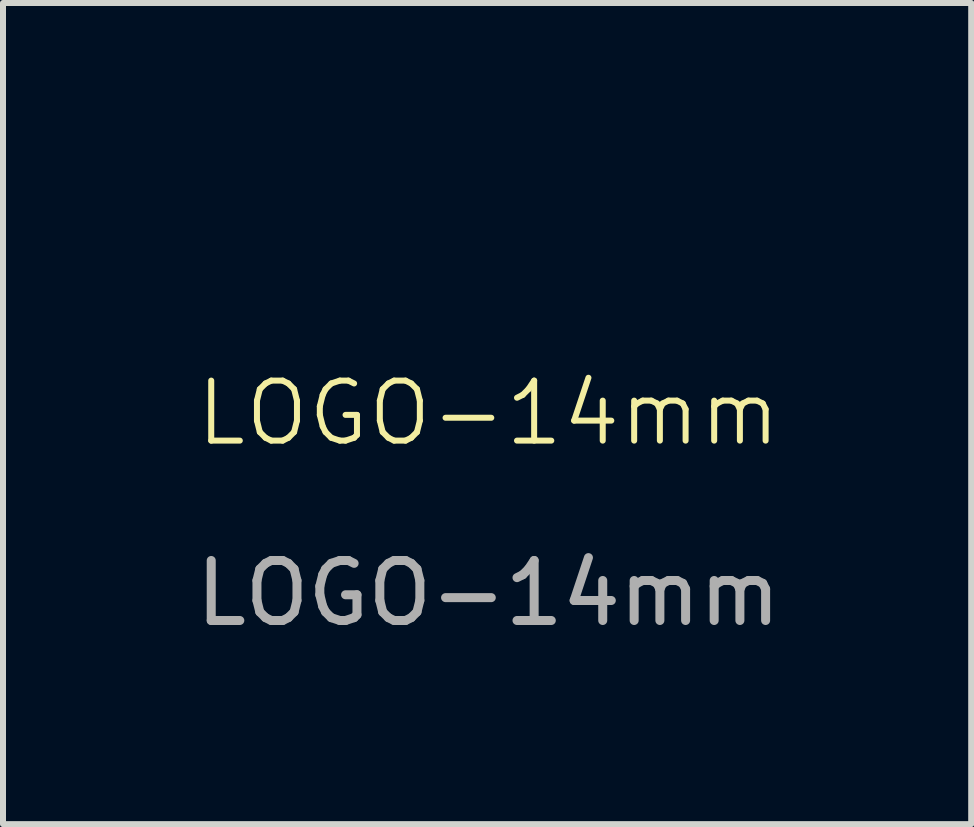
<source format=kicad_pcb>
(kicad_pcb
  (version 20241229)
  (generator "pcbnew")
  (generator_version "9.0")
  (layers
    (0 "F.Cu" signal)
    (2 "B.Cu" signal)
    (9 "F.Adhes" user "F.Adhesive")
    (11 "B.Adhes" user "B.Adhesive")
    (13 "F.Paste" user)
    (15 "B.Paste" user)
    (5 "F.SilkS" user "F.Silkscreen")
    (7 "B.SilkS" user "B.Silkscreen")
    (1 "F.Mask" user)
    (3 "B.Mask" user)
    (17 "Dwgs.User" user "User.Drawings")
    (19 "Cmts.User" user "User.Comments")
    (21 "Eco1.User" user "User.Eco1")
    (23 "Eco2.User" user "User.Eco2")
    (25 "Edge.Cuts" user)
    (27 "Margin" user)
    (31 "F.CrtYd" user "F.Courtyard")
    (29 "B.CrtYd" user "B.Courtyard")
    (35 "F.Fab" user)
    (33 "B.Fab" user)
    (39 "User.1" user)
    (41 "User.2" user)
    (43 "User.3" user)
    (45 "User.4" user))
  (footprint "LOGO-14mm"
    (layer "F.Cu")
    (at 5.089 4.335)
    (property "Reference" "LOGO-14mm" (at 0 -0.5 0) (unlocked yes) (layer "F.SilkS") (effects (font (size 1 1) (thickness 0.1))))
    (attr smd)
    (fp_poly (pts (xy -3.673 -1.315) (xy -3.667 -1.315) (xy -3.661 -1.314) (xy -3.655 -1.313) (xy -3.65 -1.312) (xy -3.644 -1.31) (xy -3.639 -1.308) (xy -3.633 -1.306) (xy -3.628 -1.304) (xy -3.623 -1.301) (xy -3.618 -1.298) (xy -3.614 -1.295) (xy -3.609 -1.292) (xy -3.605 -1.289) (xy -3.6 -1.285) (xy -3.596 -1.281) (xy -3.593 -1.277) (xy -3.589 -1.273) (xy -3.585 -1.269) (xy -3.582 -1.264) (xy -3.579 -1.259) (xy -3.576 -1.254) (xy -3.574 -1.249) (xy -3.571 -1.244) (xy -3.569 -1.239) (xy -3.568 -1.233) (xy -3.566 -1.228) (xy -3.565 -1.222) (xy -3.564 -1.217) (xy -3.563 -1.211) (xy -3.562 -1.205) (xy -3.562 -1.199) (xy -3.562 -0.776) (xy -3.562 -0.77) (xy -3.563 -0.764) (xy -3.564 -0.758) (xy -3.565 -0.752) (xy -3.566 -0.746) (xy -3.568 -0.741) (xy -3.569 -0.735) (xy -3.571 -0.73) (xy -3.574 -0.725) (xy -3.576 -0.72) (xy -3.579 -0.715) (xy -3.582 -0.71) (xy -3.585 -0.706) (xy -3.589 -0.701) (xy -3.593 -0.697) (xy -3.596 -0.693) (xy -3.6 -0.689) (xy -3.605 -0.686) (xy -3.609 -0.682) (xy -3.614 -0.679) (xy -3.618 -0.676) (xy -3.623 -0.673) (xy -3.628 -0.671) (xy -3.633 -0.668) (xy -3.639 -0.666) (xy -3.644 -0.664) (xy -3.65 -0.663) (xy -3.655 -0.661) (xy -3.661 -0.66) (xy -3.667 -0.66) (xy -3.673 -0.659) (xy -3.679 -0.659) (xy -4.102 -0.659) (xy -4.108 -0.659) (xy -4.114 -0.66) (xy -4.12 -0.66) (xy -4.126 -0.661) (xy -4.131 -0.663) (xy -4.137 -0.664) (xy -4.142 -0.666) (xy -4.147 -0.668) (xy -4.153 -0.671) (xy -4.158 -0.673) (xy -4.162 -0.676) (xy -4.167 -0.679) (xy -4.172 -0.682) (xy -4.176 -0.686) (xy -4.18 -0.689) (xy -4.184 -0.693) (xy -4.188 -0.697) (xy -4.192 -0.701) (xy -4.195 -0.706) (xy -4.199 -0.71) (xy -4.202 -0.715) (xy -4.204 -0.72) (xy -4.207 -0.725) (xy -4.209 -0.73) (xy -4.211 -0.735) (xy -4.213 -0.741) (xy -4.215 -0.746) (xy -4.216 -0.752) (xy -4.217 -0.758) (xy -4.218 -0.764) (xy -4.218 -0.77) (xy -4.219 -0.776) (xy -4.219 -1.199) (xy -4.218 -1.205) (xy -4.218 -1.211) (xy -4.217 -1.217) (xy -4.216 -1.222) (xy -4.215 -1.228) (xy -4.213 -1.233) (xy -4.211 -1.239) (xy -4.209 -1.244) (xy -4.207 -1.249) (xy -4.204 -1.254) (xy -4.202 -1.259) (xy -4.199 -1.264) (xy -4.195 -1.269) (xy -4.192 -1.273) (xy -4.188 -1.277) (xy -4.184 -1.281) (xy -4.18 -1.285) (xy -4.176 -1.289) (xy -4.172 -1.292) (xy -4.167 -1.295) (xy -4.162 -1.298) (xy -4.158 -1.301) (xy -4.153 -1.304) (xy -4.147 -1.306) (xy -4.142 -1.308) (xy -4.137 -1.31) (xy -4.131 -1.312) (xy -4.126 -1.313) (xy -4.12 -1.314) (xy -4.114 -1.315) (xy -4.108 -1.315) (xy -4.102 -1.315) (xy -3.679 -1.315)) (stroke (width 0) (type solid)) (fill yes) (layer "F.Mask"))
    (fp_poly (pts (xy -3.673 -0.347) (xy -3.667 -0.346) (xy -3.661 -0.346) (xy -3.655 -0.345) (xy -3.65 -0.343) (xy -3.644 -0.342) (xy -3.639 -0.34) (xy -3.633 -0.338) (xy -3.628 -0.335) (xy -3.623 -0.333) (xy -3.618 -0.33) (xy -3.614 -0.327) (xy -3.609 -0.324) (xy -3.605 -0.32) (xy -3.6 -0.317) (xy -3.596 -0.313) (xy -3.593 -0.309) (xy -3.589 -0.305) (xy -3.585 -0.3) (xy -3.582 -0.296) (xy -3.579 -0.291) (xy -3.576 -0.286) (xy -3.574 -0.281) (xy -3.571 -0.276) (xy -3.569 -0.271) (xy -3.568 -0.265) (xy -3.566 -0.26) (xy -3.565 -0.254) (xy -3.564 -0.248) (xy -3.563 -0.242) (xy -3.562 -0.236) (xy -3.562 -0.23) (xy -3.562 0.193) (xy -3.562 0.199) (xy -3.563 0.205) (xy -3.564 0.211) (xy -3.565 0.216) (xy -3.566 0.222) (xy -3.568 0.227) (xy -3.569 0.233) (xy -3.571 0.238) (xy -3.574 0.243) (xy -3.576 0.248) (xy -3.579 0.253) (xy -3.582 0.258) (xy -3.585 0.263) (xy -3.589 0.267) (xy -3.593 0.271) (xy -3.596 0.275) (xy -3.6 0.279) (xy -3.605 0.283) (xy -3.609 0.286) (xy -3.614 0.289) (xy -3.618 0.292) (xy -3.623 0.295) (xy -3.628 0.298) (xy -3.633 0.3) (xy -3.639 0.302) (xy -3.644 0.304) (xy -3.65 0.306) (xy -3.655 0.307) (xy -3.661 0.308) (xy -3.667 0.309) (xy -3.673 0.309) (xy -3.679 0.309) (xy -4.102 0.309) (xy -4.108 0.309) (xy -4.114 0.309) (xy -4.12 0.308) (xy -4.126 0.307) (xy -4.131 0.306) (xy -4.137 0.304) (xy -4.142 0.302) (xy -4.147 0.3) (xy -4.153 0.298) (xy -4.158 0.295) (xy -4.162 0.292) (xy -4.167 0.289) (xy -4.172 0.286) (xy -4.176 0.283) (xy -4.18 0.279) (xy -4.184 0.275) (xy -4.188 0.271) (xy -4.192 0.267) (xy -4.195 0.263) (xy -4.199 0.258) (xy -4.202 0.253) (xy -4.204 0.248) (xy -4.207 0.243) (xy -4.209 0.238) (xy -4.211 0.233) (xy -4.213 0.227) (xy -4.215 0.222) (xy -4.216 0.216) (xy -4.217 0.211) (xy -4.218 0.205) (xy -4.218 0.199) (xy -4.219 0.193) (xy -4.219 -0.23) (xy -4.218 -0.236) (xy -4.218 -0.242) (xy -4.217 -0.248) (xy -4.216 -0.254) (xy -4.215 -0.26) (xy -4.213 -0.265) (xy -4.211 -0.271) (xy -4.209 -0.276) (xy -4.207 -0.281) (xy -4.204 -0.286) (xy -4.202 -0.291) (xy -4.199 -0.296) (xy -4.195 -0.3) (xy -4.192 -0.305) (xy -4.188 -0.309) (xy -4.184 -0.313) (xy -4.18 -0.317) (xy -4.176 -0.32) (xy -4.172 -0.324) (xy -4.167 -0.327) (xy -4.162 -0.33) (xy -4.158 -0.333) (xy -4.153 -0.335) (xy -4.147 -0.338) (xy -4.142 -0.34) (xy -4.137 -0.342) (xy -4.131 -0.343) (xy -4.126 -0.345) (xy -4.12 -0.346) (xy -4.114 -0.346) (xy -4.108 -0.347) (xy -4.102 -0.347) (xy -3.679 -0.347)) (stroke (width 0) (type solid)) (fill yes) (layer "F.Mask"))
    (fp_poly (pts (xy -3.673 1.571) (xy -3.667 1.572) (xy -3.661 1.573) (xy -3.655 1.574) (xy -3.65 1.575) (xy -3.644 1.577) (xy -3.639 1.578) (xy -3.633 1.58) (xy -3.628 1.583) (xy -3.623 1.585) (xy -3.618 1.588) (xy -3.614 1.591) (xy -3.609 1.594) (xy -3.605 1.598) (xy -3.6 1.602) (xy -3.596 1.605) (xy -3.593 1.609) (xy -3.589 1.614) (xy -3.585 1.618) (xy -3.582 1.623) (xy -3.579 1.627) (xy -3.576 1.632) (xy -3.574 1.637) (xy -3.571 1.642) (xy -3.569 1.648) (xy -3.568 1.653) (xy -3.566 1.659) (xy -3.565 1.664) (xy -3.564 1.67) (xy -3.563 1.676) (xy -3.562 1.682) (xy -3.562 1.688) (xy -3.562 2.111) (xy -3.562 2.117) (xy -3.563 2.123) (xy -3.564 2.129) (xy -3.565 2.135) (xy -3.566 2.14) (xy -3.568 2.146) (xy -3.569 2.151) (xy -3.571 2.156) (xy -3.574 2.162) (xy -3.576 2.167) (xy -3.579 2.171) (xy -3.582 2.176) (xy -3.585 2.181) (xy -3.589 2.185) (xy -3.593 2.189) (xy -3.596 2.193) (xy -3.6 2.197) (xy -3.605 2.201) (xy -3.609 2.204) (xy -3.614 2.208) (xy -3.618 2.211) (xy -3.623 2.213) (xy -3.628 2.216) (xy -3.633 2.218) (xy -3.639 2.22) (xy -3.644 2.222) (xy -3.65 2.224) (xy -3.655 2.225) (xy -3.661 2.226) (xy -3.667 2.227) (xy -3.673 2.227) (xy -3.679 2.227) (xy -4.102 2.227) (xy -4.108 2.227) (xy -4.114 2.227) (xy -4.12 2.226) (xy -4.126 2.225) (xy -4.131 2.224) (xy -4.137 2.222) (xy -4.142 2.22) (xy -4.147 2.218) (xy -4.153 2.216) (xy -4.158 2.213) (xy -4.162 2.211) (xy -4.167 2.208) (xy -4.172 2.204) (xy -4.176 2.201) (xy -4.18 2.197) (xy -4.184 2.193) (xy -4.188 2.189) (xy -4.192 2.185) (xy -4.195 2.181) (xy -4.199 2.176) (xy -4.202 2.171) (xy -4.204 2.167) (xy -4.207 2.162) (xy -4.209 2.156) (xy -4.211 2.151) (xy -4.213 2.146) (xy -4.215 2.14) (xy -4.216 2.135) (xy -4.217 2.129) (xy -4.218 2.123) (xy -4.218 2.117) (xy -4.219 2.111) (xy -4.219 1.688) (xy -4.218 1.682) (xy -4.218 1.676) (xy -4.217 1.67) (xy -4.216 1.664) (xy -4.215 1.659) (xy -4.213 1.653) (xy -4.211 1.648) (xy -4.209 1.642) (xy -4.207 1.637) (xy -4.204 1.632) (xy -4.202 1.627) (xy -4.199 1.623) (xy -4.195 1.618) (xy -4.192 1.614) (xy -4.188 1.609) (xy -4.184 1.605) (xy -4.18 1.602) (xy -4.176 1.598) (xy -4.172 1.594) (xy -4.167 1.591) (xy -4.162 1.588) (xy -4.158 1.585) (xy -4.153 1.583) (xy -4.147 1.58) (xy -4.142 1.578) (xy -4.137 1.577) (xy -4.131 1.575) (xy -4.126 1.574) (xy -4.12 1.573) (xy -4.114 1.572) (xy -4.108 1.571) (xy -4.102 1.571) (xy -3.679 1.571)) (stroke (width 0) (type solid)) (fill yes) (layer "F.Mask"))
    (fp_poly (pts (xy -3.673 1.585) (xy -3.667 1.585) (xy -3.661 1.586) (xy -3.655 1.587) (xy -3.65 1.588) (xy -3.644 1.59) (xy -3.639 1.592) (xy -3.633 1.594) (xy -3.628 1.596) (xy -3.623 1.599) (xy -3.618 1.601) (xy -3.614 1.604) (xy -3.609 1.608) (xy -3.605 1.611) (xy -3.6 1.615) (xy -3.596 1.619) (xy -3.593 1.623) (xy -3.589 1.627) (xy -3.585 1.631) (xy -3.582 1.636) (xy -3.579 1.641) (xy -3.576 1.645) (xy -3.574 1.651) (xy -3.571 1.656) (xy -3.569 1.661) (xy -3.568 1.666) (xy -3.566 1.672) (xy -3.565 1.678) (xy -3.564 1.683) (xy -3.563 1.689) (xy -3.562 1.695) (xy -3.562 1.701) (xy -3.562 2.124) (xy -3.562 2.13) (xy -3.563 2.136) (xy -3.564 2.142) (xy -3.565 2.148) (xy -3.566 2.153) (xy -3.568 2.159) (xy -3.569 2.164) (xy -3.571 2.17) (xy -3.574 2.175) (xy -3.576 2.18) (xy -3.579 2.185) (xy -3.582 2.189) (xy -3.585 2.194) (xy -3.589 2.198) (xy -3.593 2.203) (xy -3.596 2.207) (xy -3.6 2.21) (xy -3.605 2.214) (xy -3.609 2.218) (xy -3.614 2.221) (xy -3.618 2.224) (xy -3.623 2.227) (xy -3.628 2.229) (xy -3.633 2.232) (xy -3.639 2.234) (xy -3.644 2.235) (xy -3.65 2.237) (xy -3.655 2.238) (xy -3.661 2.239) (xy -3.667 2.24) (xy -3.673 2.241) (xy -3.679 2.241) (xy -4.102 2.241) (xy -4.108 2.241) (xy -4.114 2.24) (xy -4.12 2.239) (xy -4.126 2.238) (xy -4.131 2.237) (xy -4.137 2.235) (xy -4.142 2.234) (xy -4.147 2.232) (xy -4.153 2.229) (xy -4.158 2.227) (xy -4.162 2.224) (xy -4.167 2.221) (xy -4.172 2.218) (xy -4.176 2.214) (xy -4.18 2.21) (xy -4.184 2.207) (xy -4.188 2.203) (xy -4.192 2.198) (xy -4.195 2.194) (xy -4.199 2.189) (xy -4.202 2.185) (xy -4.204 2.18) (xy -4.207 2.175) (xy -4.209 2.17) (xy -4.211 2.164) (xy -4.213 2.159) (xy -4.215 2.153) (xy -4.216 2.148) (xy -4.217 2.142) (xy -4.218 2.136) (xy -4.218 2.13) (xy -4.219 2.124) (xy -4.219 1.701) (xy -4.218 1.695) (xy -4.218 1.689) (xy -4.217 1.683) (xy -4.216 1.678) (xy -4.215 1.672) (xy -4.213 1.666) (xy -4.211 1.661) (xy -4.209 1.656) (xy -4.207 1.651) (xy -4.204 1.645) (xy -4.202 1.641) (xy -4.199 1.636) (xy -4.195 1.631) (xy -4.192 1.627) (xy -4.188 1.623) (xy -4.184 1.619) (xy -4.18 1.615) (xy -4.176 1.611) (xy -4.172 1.608) (xy -4.167 1.604) (xy -4.162 1.601) (xy -4.158 1.599) (xy -4.153 1.596) (xy -4.147 1.594) (xy -4.142 1.592) (xy -4.137 1.59) (xy -4.131 1.588) (xy -4.126 1.587) (xy -4.12 1.586) (xy -4.114 1.585) (xy -4.108 1.585) (xy -4.102 1.585) (xy -3.679 1.585)) (stroke (width 0) (type solid)) (fill yes) (layer "F.Mask"))
    (fp_poly (pts (xy -2.702 -1.315) (xy -2.696 -1.315) (xy -2.69 -1.314) (xy -2.684 -1.313) (xy -2.679 -1.312) (xy -2.673 -1.31) (xy -2.668 -1.308) (xy -2.662 -1.306) (xy -2.657 -1.304) (xy -2.652 -1.301) (xy -2.647 -1.298) (xy -2.643 -1.295) (xy -2.638 -1.292) (xy -2.634 -1.289) (xy -2.629 -1.285) (xy -2.625 -1.281) (xy -2.622 -1.277) (xy -2.618 -1.273) (xy -2.614 -1.269) (xy -2.611 -1.264) (xy -2.608 -1.259) (xy -2.605 -1.254) (xy -2.603 -1.249) (xy -2.6 -1.244) (xy -2.598 -1.239) (xy -2.597 -1.233) (xy -2.595 -1.228) (xy -2.594 -1.222) (xy -2.593 -1.217) (xy -2.592 -1.211) (xy -2.591 -1.205) (xy -2.591 -1.199) (xy -2.591 -0.776) (xy -2.591 -0.77) (xy -2.592 -0.764) (xy -2.593 -0.758) (xy -2.594 -0.752) (xy -2.595 -0.746) (xy -2.597 -0.741) (xy -2.598 -0.735) (xy -2.6 -0.73) (xy -2.603 -0.725) (xy -2.605 -0.72) (xy -2.608 -0.715) (xy -2.611 -0.71) (xy -2.614 -0.706) (xy -2.618 -0.701) (xy -2.622 -0.697) (xy -2.625 -0.693) (xy -2.629 -0.689) (xy -2.634 -0.686) (xy -2.638 -0.682) (xy -2.643 -0.679) (xy -2.647 -0.676) (xy -2.652 -0.673) (xy -2.657 -0.671) (xy -2.662 -0.668) (xy -2.668 -0.666) (xy -2.673 -0.664) (xy -2.679 -0.663) (xy -2.684 -0.661) (xy -2.69 -0.66) (xy -2.696 -0.66) (xy -2.702 -0.659) (xy -2.708 -0.659) (xy -3.131 -0.659) (xy -3.137 -0.659) (xy -3.143 -0.66) (xy -3.149 -0.66) (xy -3.155 -0.661) (xy -3.16 -0.663) (xy -3.166 -0.664) (xy -3.171 -0.666) (xy -3.176 -0.668) (xy -3.182 -0.671) (xy -3.187 -0.673) (xy -3.191 -0.676) (xy -3.196 -0.679) (xy -3.201 -0.682) (xy -3.205 -0.686) (xy -3.209 -0.689) (xy -3.213 -0.693) (xy -3.217 -0.697) (xy -3.221 -0.701) (xy -3.224 -0.706) (xy -3.228 -0.71) (xy -3.231 -0.715) (xy -3.233 -0.72) (xy -3.236 -0.725) (xy -3.238 -0.73) (xy -3.24 -0.735) (xy -3.242 -0.741) (xy -3.244 -0.746) (xy -3.245 -0.752) (xy -3.246 -0.758) (xy -3.247 -0.764) (xy -3.247 -0.77) (xy -3.247 -0.776) (xy -3.247 -1.199) (xy -3.247 -1.205) (xy -3.247 -1.211) (xy -3.246 -1.217) (xy -3.245 -1.222) (xy -3.244 -1.228) (xy -3.242 -1.233) (xy -3.24 -1.239) (xy -3.238 -1.244) (xy -3.236 -1.249) (xy -3.233 -1.254) (xy -3.231 -1.259) (xy -3.228 -1.264) (xy -3.224 -1.269) (xy -3.221 -1.273) (xy -3.217 -1.277) (xy -3.213 -1.281) (xy -3.209 -1.285) (xy -3.205 -1.289) (xy -3.201 -1.292) (xy -3.196 -1.295) (xy -3.191 -1.298) (xy -3.187 -1.301) (xy -3.182 -1.304) (xy -3.176 -1.306) (xy -3.171 -1.308) (xy -3.166 -1.31) (xy -3.16 -1.312) (xy -3.155 -1.313) (xy -3.149 -1.314) (xy -3.143 -1.315) (xy -3.137 -1.315) (xy -3.131 -1.315) (xy -2.708 -1.315)) (stroke (width 0) (type solid)) (fill yes) (layer "F.Mask"))
    (fp_poly (pts (xy -2.702 -0.347) (xy -2.696 -0.346) (xy -2.69 -0.346) (xy -2.684 -0.345) (xy -2.679 -0.343) (xy -2.673 -0.342) (xy -2.668 -0.34) (xy -2.662 -0.338) (xy -2.657 -0.335) (xy -2.652 -0.333) (xy -2.647 -0.33) (xy -2.643 -0.327) (xy -2.638 -0.324) (xy -2.634 -0.32) (xy -2.629 -0.317) (xy -2.625 -0.313) (xy -2.622 -0.309) (xy -2.618 -0.305) (xy -2.614 -0.3) (xy -2.611 -0.296) (xy -2.608 -0.291) (xy -2.605 -0.286) (xy -2.603 -0.281) (xy -2.6 -0.276) (xy -2.598 -0.271) (xy -2.597 -0.265) (xy -2.595 -0.26) (xy -2.594 -0.254) (xy -2.593 -0.248) (xy -2.592 -0.242) (xy -2.591 -0.236) (xy -2.591 -0.23) (xy -2.591 0.193) (xy -2.591 0.199) (xy -2.592 0.205) (xy -2.593 0.211) (xy -2.594 0.216) (xy -2.595 0.222) (xy -2.597 0.227) (xy -2.598 0.233) (xy -2.6 0.238) (xy -2.603 0.243) (xy -2.605 0.248) (xy -2.608 0.253) (xy -2.611 0.258) (xy -2.614 0.263) (xy -2.618 0.267) (xy -2.622 0.271) (xy -2.625 0.275) (xy -2.629 0.279) (xy -2.634 0.283) (xy -2.638 0.286) (xy -2.643 0.289) (xy -2.647 0.292) (xy -2.652 0.295) (xy -2.657 0.298) (xy -2.662 0.3) (xy -2.668 0.302) (xy -2.673 0.304) (xy -2.679 0.306) (xy -2.684 0.307) (xy -2.69 0.308) (xy -2.696 0.309) (xy -2.702 0.309) (xy -2.708 0.309) (xy -3.131 0.309) (xy -3.137 0.309) (xy -3.143 0.309) (xy -3.149 0.308) (xy -3.155 0.307) (xy -3.16 0.306) (xy -3.166 0.304) (xy -3.171 0.302) (xy -3.176 0.3) (xy -3.182 0.298) (xy -3.187 0.295) (xy -3.191 0.292) (xy -3.196 0.289) (xy -3.201 0.286) (xy -3.205 0.283) (xy -3.209 0.279) (xy -3.213 0.275) (xy -3.217 0.271) (xy -3.221 0.267) (xy -3.224 0.263) (xy -3.228 0.258) (xy -3.231 0.253) (xy -3.233 0.248) (xy -3.236 0.243) (xy -3.238 0.238) (xy -3.24 0.233) (xy -3.242 0.227) (xy -3.244 0.222) (xy -3.245 0.216) (xy -3.246 0.211) (xy -3.247 0.205) (xy -3.247 0.199) (xy -3.247 0.193) (xy -3.247 -0.23) (xy -3.247 -0.236) (xy -3.247 -0.242) (xy -3.246 -0.248) (xy -3.245 -0.254) (xy -3.244 -0.26) (xy -3.242 -0.265) (xy -3.24 -0.271) (xy -3.238 -0.276) (xy -3.236 -0.281) (xy -3.233 -0.286) (xy -3.231 -0.291) (xy -3.228 -0.296) (xy -3.224 -0.3) (xy -3.221 -0.305) (xy -3.217 -0.309) (xy -3.213 -0.313) (xy -3.209 -0.317) (xy -3.205 -0.32) (xy -3.201 -0.324) (xy -3.196 -0.327) (xy -3.191 -0.33) (xy -3.187 -0.333) (xy -3.182 -0.335) (xy -3.176 -0.338) (xy -3.171 -0.34) (xy -3.166 -0.342) (xy -3.16 -0.343) (xy -3.155 -0.345) (xy -3.149 -0.346) (xy -3.143 -0.346) (xy -3.137 -0.347) (xy -3.131 -0.347) (xy -2.708 -0.347)) (stroke (width 0) (type solid)) (fill yes) (layer "F.Mask"))
    (fp_poly (pts (xy -2.702 1.571) (xy -2.696 1.572) (xy -2.69 1.573) (xy -2.684 1.574) (xy -2.679 1.575) (xy -2.673 1.577) (xy -2.668 1.578) (xy -2.662 1.58) (xy -2.657 1.583) (xy -2.652 1.585) (xy -2.647 1.588) (xy -2.643 1.591) (xy -2.638 1.594) (xy -2.634 1.598) (xy -2.629 1.602) (xy -2.625 1.605) (xy -2.622 1.609) (xy -2.618 1.614) (xy -2.614 1.618) (xy -2.611 1.623) (xy -2.608 1.627) (xy -2.605 1.632) (xy -2.603 1.637) (xy -2.6 1.642) (xy -2.598 1.648) (xy -2.597 1.653) (xy -2.595 1.659) (xy -2.594 1.664) (xy -2.593 1.67) (xy -2.592 1.676) (xy -2.591 1.682) (xy -2.591 1.688) (xy -2.591 2.111) (xy -2.591 2.117) (xy -2.592 2.123) (xy -2.593 2.129) (xy -2.594 2.135) (xy -2.595 2.14) (xy -2.597 2.146) (xy -2.598 2.151) (xy -2.6 2.156) (xy -2.603 2.162) (xy -2.605 2.167) (xy -2.608 2.171) (xy -2.611 2.176) (xy -2.614 2.181) (xy -2.618 2.185) (xy -2.622 2.189) (xy -2.625 2.193) (xy -2.629 2.197) (xy -2.634 2.201) (xy -2.638 2.204) (xy -2.643 2.208) (xy -2.647 2.211) (xy -2.652 2.213) (xy -2.657 2.216) (xy -2.662 2.218) (xy -2.668 2.22) (xy -2.673 2.222) (xy -2.679 2.224) (xy -2.684 2.225) (xy -2.69 2.226) (xy -2.696 2.227) (xy -2.702 2.227) (xy -2.708 2.227) (xy -3.131 2.227) (xy -3.137 2.227) (xy -3.143 2.227) (xy -3.149 2.226) (xy -3.155 2.225) (xy -3.16 2.224) (xy -3.166 2.222) (xy -3.171 2.22) (xy -3.176 2.218) (xy -3.182 2.216) (xy -3.187 2.213) (xy -3.191 2.211) (xy -3.196 2.208) (xy -3.201 2.204) (xy -3.205 2.201) (xy -3.209 2.197) (xy -3.213 2.193) (xy -3.217 2.189) (xy -3.221 2.185) (xy -3.224 2.181) (xy -3.228 2.176) (xy -3.231 2.171) (xy -3.233 2.167) (xy -3.236 2.162) (xy -3.238 2.156) (xy -3.24 2.151) (xy -3.242 2.146) (xy -3.244 2.14) (xy -3.245 2.135) (xy -3.246 2.129) (xy -3.247 2.123) (xy -3.247 2.117) (xy -3.247 2.111) (xy -3.247 1.688) (xy -3.247 1.682) (xy -3.247 1.676) (xy -3.246 1.67) (xy -3.245 1.664) (xy -3.244 1.659) (xy -3.242 1.653) (xy -3.24 1.648) (xy -3.238 1.642) (xy -3.236 1.637) (xy -3.233 1.632) (xy -3.231 1.627) (xy -3.228 1.623) (xy -3.224 1.618) (xy -3.221 1.614) (xy -3.217 1.609) (xy -3.213 1.605) (xy -3.209 1.602) (xy -3.205 1.598) (xy -3.201 1.594) (xy -3.196 1.591) (xy -3.191 1.588) (xy -3.187 1.585) (xy -3.182 1.583) (xy -3.176 1.58) (xy -3.171 1.578) (xy -3.166 1.577) (xy -3.16 1.575) (xy -3.155 1.574) (xy -3.149 1.573) (xy -3.143 1.572) (xy -3.137 1.571) (xy -3.131 1.571) (xy -2.708 1.571)) (stroke (width 0) (type solid)) (fill yes) (layer "F.Mask"))
    (fp_poly (pts (xy -2.702 1.585) (xy -2.696 1.585) (xy -2.69 1.586) (xy -2.684 1.587) (xy -2.679 1.588) (xy -2.673 1.59) (xy -2.668 1.592) (xy -2.662 1.594) (xy -2.657 1.596) (xy -2.652 1.599) (xy -2.647 1.601) (xy -2.643 1.604) (xy -2.638 1.608) (xy -2.634 1.611) (xy -2.629 1.615) (xy -2.625 1.619) (xy -2.622 1.623) (xy -2.618 1.627) (xy -2.614 1.631) (xy -2.611 1.636) (xy -2.608 1.641) (xy -2.605 1.645) (xy -2.603 1.651) (xy -2.6 1.656) (xy -2.598 1.661) (xy -2.597 1.666) (xy -2.595 1.672) (xy -2.594 1.678) (xy -2.593 1.683) (xy -2.592 1.689) (xy -2.591 1.695) (xy -2.591 1.701) (xy -2.591 2.124) (xy -2.591 2.13) (xy -2.592 2.136) (xy -2.593 2.142) (xy -2.594 2.148) (xy -2.595 2.153) (xy -2.597 2.159) (xy -2.598 2.164) (xy -2.6 2.17) (xy -2.603 2.175) (xy -2.605 2.18) (xy -2.608 2.185) (xy -2.611 2.189) (xy -2.614 2.194) (xy -2.618 2.198) (xy -2.622 2.203) (xy -2.625 2.207) (xy -2.629 2.21) (xy -2.634 2.214) (xy -2.638 2.218) (xy -2.643 2.221) (xy -2.647 2.224) (xy -2.652 2.227) (xy -2.657 2.229) (xy -2.662 2.232) (xy -2.668 2.234) (xy -2.673 2.235) (xy -2.679 2.237) (xy -2.684 2.238) (xy -2.69 2.239) (xy -2.696 2.24) (xy -2.702 2.241) (xy -2.708 2.241) (xy -3.131 2.241) (xy -3.137 2.241) (xy -3.143 2.24) (xy -3.149 2.239) (xy -3.155 2.238) (xy -3.16 2.237) (xy -3.166 2.235) (xy -3.171 2.234) (xy -3.176 2.232) (xy -3.182 2.229) (xy -3.187 2.227) (xy -3.191 2.224) (xy -3.196 2.221) (xy -3.201 2.218) (xy -3.205 2.214) (xy -3.209 2.21) (xy -3.213 2.207) (xy -3.217 2.203) (xy -3.221 2.198) (xy -3.224 2.194) (xy -3.228 2.189) (xy -3.231 2.185) (xy -3.233 2.18) (xy -3.236 2.175) (xy -3.238 2.17) (xy -3.24 2.164) (xy -3.242 2.159) (xy -3.244 2.153) (xy -3.245 2.148) (xy -3.246 2.142) (xy -3.247 2.136) (xy -3.247 2.13) (xy -3.247 2.124) (xy -3.247 1.701) (xy -3.247 1.695) (xy -3.247 1.689) (xy -3.246 1.683) (xy -3.245 1.678) (xy -3.244 1.672) (xy -3.242 1.666) (xy -3.24 1.661) (xy -3.238 1.656) (xy -3.236 1.651) (xy -3.233 1.645) (xy -3.231 1.641) (xy -3.228 1.636) (xy -3.224 1.631) (xy -3.221 1.627) (xy -3.217 1.623) (xy -3.213 1.619) (xy -3.209 1.615) (xy -3.205 1.611) (xy -3.201 1.608) (xy -3.196 1.604) (xy -3.191 1.601) (xy -3.187 1.599) (xy -3.182 1.596) (xy -3.176 1.594) (xy -3.171 1.592) (xy -3.166 1.59) (xy -3.16 1.588) (xy -3.155 1.587) (xy -3.149 1.586) (xy -3.143 1.585) (xy -3.137 1.585) (xy -3.131 1.585) (xy -2.708 1.585)) (stroke (width 0) (type solid)) (fill yes) (layer "F.Mask"))
    (fp_poly (pts (xy -1.739 -1.315) (xy -1.733 -1.315) (xy -1.727 -1.314) (xy -1.721 -1.313) (xy -1.716 -1.312) (xy -1.71 -1.31) (xy -1.705 -1.308) (xy -1.699 -1.306) (xy -1.694 -1.304) (xy -1.689 -1.301) (xy -1.684 -1.298) (xy -1.68 -1.295) (xy -1.675 -1.292) (xy -1.671 -1.289) (xy -1.666 -1.285) (xy -1.662 -1.281) (xy -1.658 -1.277) (xy -1.655 -1.273) (xy -1.651 -1.269) (xy -1.648 -1.264) (xy -1.645 -1.259) (xy -1.642 -1.254) (xy -1.64 -1.249) (xy -1.637 -1.244) (xy -1.635 -1.239) (xy -1.633 -1.233) (xy -1.632 -1.228) (xy -1.631 -1.222) (xy -1.63 -1.217) (xy -1.629 -1.211) (xy -1.628 -1.205) (xy -1.628 -1.199) (xy -1.628 -0.776) (xy -1.628 -0.77) (xy -1.629 -0.764) (xy -1.63 -0.758) (xy -1.631 -0.752) (xy -1.632 -0.746) (xy -1.633 -0.741) (xy -1.635 -0.735) (xy -1.637 -0.73) (xy -1.64 -0.725) (xy -1.642 -0.72) (xy -1.645 -0.715) (xy -1.648 -0.71) (xy -1.651 -0.706) (xy -1.655 -0.701) (xy -1.658 -0.697) (xy -1.662 -0.693) (xy -1.666 -0.689) (xy -1.671 -0.686) (xy -1.675 -0.682) (xy -1.68 -0.679) (xy -1.684 -0.676) (xy -1.689 -0.673) (xy -1.694 -0.671) (xy -1.699 -0.668) (xy -1.705 -0.666) (xy -1.71 -0.664) (xy -1.716 -0.663) (xy -1.721 -0.661) (xy -1.727 -0.66) (xy -1.733 -0.66) (xy -1.739 -0.659) (xy -1.745 -0.659) (xy -2.168 -0.659) (xy -2.174 -0.659) (xy -2.18 -0.66) (xy -2.186 -0.66) (xy -2.191 -0.661) (xy -2.197 -0.663) (xy -2.203 -0.664) (xy -2.208 -0.666) (xy -2.213 -0.668) (xy -2.218 -0.671) (xy -2.223 -0.673) (xy -2.228 -0.676) (xy -2.233 -0.679) (xy -2.238 -0.682) (xy -2.242 -0.686) (xy -2.246 -0.689) (xy -2.25 -0.693) (xy -2.254 -0.697) (xy -2.258 -0.701) (xy -2.261 -0.706) (xy -2.265 -0.71) (xy -2.268 -0.715) (xy -2.27 -0.72) (xy -2.273 -0.725) (xy -2.275 -0.73) (xy -2.277 -0.735) (xy -2.279 -0.741) (xy -2.281 -0.746) (xy -2.282 -0.752) (xy -2.283 -0.758) (xy -2.284 -0.764) (xy -2.284 -0.77) (xy -2.284 -0.776) (xy -2.284 -1.199) (xy -2.284 -1.205) (xy -2.284 -1.211) (xy -2.283 -1.217) (xy -2.282 -1.222) (xy -2.281 -1.228) (xy -2.279 -1.233) (xy -2.277 -1.239) (xy -2.275 -1.244) (xy -2.273 -1.249) (xy -2.27 -1.254) (xy -2.268 -1.259) (xy -2.265 -1.264) (xy -2.261 -1.269) (xy -2.258 -1.273) (xy -2.254 -1.277) (xy -2.25 -1.281) (xy -2.246 -1.285) (xy -2.242 -1.289) (xy -2.238 -1.292) (xy -2.233 -1.295) (xy -2.228 -1.298) (xy -2.223 -1.301) (xy -2.218 -1.304) (xy -2.213 -1.306) (xy -2.208 -1.308) (xy -2.203 -1.31) (xy -2.197 -1.312) (xy -2.191 -1.313) (xy -2.186 -1.314) (xy -2.18 -1.315) (xy -2.174 -1.315) (xy -2.168 -1.315) (xy -1.745 -1.315)) (stroke (width 0) (type solid)) (fill yes) (layer "F.Mask"))
    (fp_poly (pts (xy -1.739 -0.347) (xy -1.733 -0.346) (xy -1.727 -0.346) (xy -1.721 -0.345) (xy -1.716 -0.343) (xy -1.71 -0.342) (xy -1.705 -0.34) (xy -1.699 -0.338) (xy -1.694 -0.335) (xy -1.689 -0.333) (xy -1.684 -0.33) (xy -1.68 -0.327) (xy -1.675 -0.324) (xy -1.671 -0.32) (xy -1.666 -0.317) (xy -1.662 -0.313) (xy -1.658 -0.309) (xy -1.655 -0.305) (xy -1.651 -0.3) (xy -1.648 -0.296) (xy -1.645 -0.291) (xy -1.642 -0.286) (xy -1.64 -0.281) (xy -1.637 -0.276) (xy -1.635 -0.271) (xy -1.633 -0.265) (xy -1.632 -0.26) (xy -1.631 -0.254) (xy -1.63 -0.248) (xy -1.629 -0.242) (xy -1.628 -0.236) (xy -1.628 -0.23) (xy -1.628 0.193) (xy -1.628 0.199) (xy -1.629 0.205) (xy -1.63 0.211) (xy -1.631 0.216) (xy -1.632 0.222) (xy -1.633 0.227) (xy -1.635 0.233) (xy -1.637 0.238) (xy -1.64 0.243) (xy -1.642 0.248) (xy -1.645 0.253) (xy -1.648 0.258) (xy -1.651 0.263) (xy -1.655 0.267) (xy -1.658 0.271) (xy -1.662 0.275) (xy -1.666 0.279) (xy -1.671 0.283) (xy -1.675 0.286) (xy -1.68 0.289) (xy -1.684 0.292) (xy -1.689 0.295) (xy -1.694 0.298) (xy -1.699 0.3) (xy -1.705 0.302) (xy -1.71 0.304) (xy -1.716 0.306) (xy -1.721 0.307) (xy -1.727 0.308) (xy -1.733 0.309) (xy -1.739 0.309) (xy -1.745 0.309) (xy -2.168 0.309) (xy -2.174 0.309) (xy -2.18 0.309) (xy -2.186 0.308) (xy -2.191 0.307) (xy -2.197 0.306) (xy -2.203 0.304) (xy -2.208 0.302) (xy -2.213 0.3) (xy -2.218 0.298) (xy -2.223 0.295) (xy -2.228 0.292) (xy -2.233 0.289) (xy -2.238 0.286) (xy -2.242 0.283) (xy -2.246 0.279) (xy -2.25 0.275) (xy -2.254 0.271) (xy -2.258 0.267) (xy -2.261 0.263) (xy -2.265 0.258) (xy -2.268 0.253) (xy -2.27 0.248) (xy -2.273 0.243) (xy -2.275 0.238) (xy -2.277 0.233) (xy -2.279 0.227) (xy -2.281 0.222) (xy -2.282 0.216) (xy -2.283 0.211) (xy -2.284 0.205) (xy -2.284 0.199) (xy -2.284 0.193) (xy -2.284 -0.23) (xy -2.284 -0.236) (xy -2.284 -0.242) (xy -2.283 -0.248) (xy -2.282 -0.254) (xy -2.281 -0.26) (xy -2.279 -0.265) (xy -2.277 -0.271) (xy -2.275 -0.276) (xy -2.273 -0.281) (xy -2.27 -0.286) (xy -2.268 -0.291) (xy -2.265 -0.296) (xy -2.261 -0.3) (xy -2.258 -0.305) (xy -2.254 -0.309) (xy -2.25 -0.313) (xy -2.246 -0.317) (xy -2.242 -0.32) (xy -2.238 -0.324) (xy -2.233 -0.327) (xy -2.228 -0.33) (xy -2.223 -0.333) (xy -2.218 -0.335) (xy -2.213 -0.338) (xy -2.208 -0.34) (xy -2.203 -0.342) (xy -2.197 -0.343) (xy -2.191 -0.345) (xy -2.186 -0.346) (xy -2.18 -0.346) (xy -2.174 -0.347) (xy -2.168 -0.347) (xy -1.745 -0.347)) (stroke (width 0) (type solid)) (fill yes) (layer "F.Mask"))
    (fp_poly (pts (xy -1.739 0.619) (xy -1.733 0.619) (xy -1.727 0.62) (xy -1.721 0.621) (xy -1.716 0.622) (xy -1.71 0.624) (xy -1.705 0.626) (xy -1.699 0.628) (xy -1.694 0.63) (xy -1.689 0.633) (xy -1.684 0.636) (xy -1.68 0.639) (xy -1.675 0.642) (xy -1.671 0.645) (xy -1.666 0.649) (xy -1.662 0.653) (xy -1.658 0.657) (xy -1.655 0.661) (xy -1.651 0.666) (xy -1.648 0.67) (xy -1.645 0.675) (xy -1.642 0.68) (xy -1.64 0.685) (xy -1.637 0.69) (xy -1.635 0.695) (xy -1.633 0.701) (xy -1.632 0.706) (xy -1.631 0.712) (xy -1.63 0.718) (xy -1.629 0.723) (xy -1.628 0.729) (xy -1.628 0.735) (xy -1.628 1.159) (xy -1.628 1.165) (xy -1.629 1.17) (xy -1.63 1.176) (xy -1.631 1.182) (xy -1.632 1.188) (xy -1.633 1.193) (xy -1.635 1.199) (xy -1.637 1.204) (xy -1.64 1.209) (xy -1.642 1.214) (xy -1.645 1.219) (xy -1.648 1.224) (xy -1.651 1.228) (xy -1.655 1.233) (xy -1.658 1.237) (xy -1.662 1.241) (xy -1.666 1.245) (xy -1.671 1.248) (xy -1.675 1.252) (xy -1.68 1.255) (xy -1.684 1.258) (xy -1.689 1.261) (xy -1.694 1.264) (xy -1.699 1.266) (xy -1.705 1.268) (xy -1.71 1.27) (xy -1.716 1.271) (xy -1.721 1.273) (xy -1.727 1.274) (xy -1.733 1.274) (xy -1.739 1.275) (xy -1.745 1.275) (xy -2.168 1.275) (xy -2.174 1.275) (xy -2.18 1.274) (xy -2.186 1.274) (xy -2.191 1.273) (xy -2.197 1.271) (xy -2.203 1.27) (xy -2.208 1.268) (xy -2.213 1.266) (xy -2.218 1.264) (xy -2.223 1.261) (xy -2.228 1.258) (xy -2.233 1.255) (xy -2.238 1.252) (xy -2.242 1.248) (xy -2.246 1.245) (xy -2.25 1.241) (xy -2.254 1.237) (xy -2.258 1.233) (xy -2.261 1.228) (xy -2.265 1.224) (xy -2.268 1.219) (xy -2.27 1.214) (xy -2.273 1.209) (xy -2.275 1.204) (xy -2.277 1.199) (xy -2.279 1.193) (xy -2.281 1.188) (xy -2.282 1.182) (xy -2.283 1.176) (xy -2.284 1.17) (xy -2.284 1.165) (xy -2.284 1.159) (xy -2.284 0.735) (xy -2.284 0.729) (xy -2.284 0.723) (xy -2.283 0.718) (xy -2.282 0.712) (xy -2.281 0.706) (xy -2.279 0.701) (xy -2.277 0.695) (xy -2.275 0.69) (xy -2.273 0.685) (xy -2.27 0.68) (xy -2.268 0.675) (xy -2.265 0.67) (xy -2.261 0.666) (xy -2.258 0.661) (xy -2.254 0.657) (xy -2.25 0.653) (xy -2.246 0.649) (xy -2.242 0.645) (xy -2.238 0.642) (xy -2.233 0.639) (xy -2.228 0.636) (xy -2.223 0.633) (xy -2.218 0.63) (xy -2.213 0.628) (xy -2.208 0.626) (xy -2.203 0.624) (xy -2.197 0.622) (xy -2.191 0.621) (xy -2.186 0.62) (xy -2.18 0.619) (xy -2.174 0.619) (xy -2.168 0.619) (xy -1.745 0.619)) (stroke (width 0) (type solid)) (fill yes) (layer "F.Mask"))
    (fp_poly (pts (xy -1.739 0.619) (xy -1.733 0.619) (xy -1.727 0.62) (xy -1.721 0.621) (xy -1.716 0.622) (xy -1.71 0.624) (xy -1.705 0.626) (xy -1.699 0.628) (xy -1.694 0.63) (xy -1.689 0.633) (xy -1.684 0.636) (xy -1.68 0.639) (xy -1.675 0.642) (xy -1.671 0.645) (xy -1.666 0.649) (xy -1.662 0.653) (xy -1.658 0.657) (xy -1.655 0.661) (xy -1.651 0.666) (xy -1.648 0.67) (xy -1.645 0.675) (xy -1.642 0.68) (xy -1.64 0.685) (xy -1.637 0.69) (xy -1.635 0.695) (xy -1.633 0.701) (xy -1.632 0.706) (xy -1.631 0.712) (xy -1.63 0.718) (xy -1.629 0.723) (xy -1.628 0.729) (xy -1.628 0.735) (xy -1.628 1.159) (xy -1.628 1.165) (xy -1.629 1.17) (xy -1.63 1.176) (xy -1.631 1.182) (xy -1.632 1.188) (xy -1.633 1.193) (xy -1.635 1.199) (xy -1.637 1.204) (xy -1.64 1.209) (xy -1.642 1.214) (xy -1.645 1.219) (xy -1.648 1.224) (xy -1.651 1.228) (xy -1.655 1.233) (xy -1.658 1.237) (xy -1.662 1.241) (xy -1.666 1.245) (xy -1.671 1.248) (xy -1.675 1.252) (xy -1.68 1.255) (xy -1.684 1.258) (xy -1.689 1.261) (xy -1.694 1.264) (xy -1.699 1.266) (xy -1.705 1.268) (xy -1.71 1.27) (xy -1.716 1.271) (xy -1.721 1.273) (xy -1.727 1.274) (xy -1.733 1.274) (xy -1.739 1.275) (xy -1.745 1.275) (xy -2.168 1.275) (xy -2.174 1.275) (xy -2.18 1.274) (xy -2.186 1.274) (xy -2.191 1.273) (xy -2.197 1.271) (xy -2.203 1.27) (xy -2.208 1.268) (xy -2.213 1.266) (xy -2.218 1.264) (xy -2.223 1.261) (xy -2.228 1.258) (xy -2.233 1.255) (xy -2.238 1.252) (xy -2.242 1.248) (xy -2.246 1.245) (xy -2.25 1.241) (xy -2.254 1.237) (xy -2.258 1.233) (xy -2.261 1.228) (xy -2.265 1.224) (xy -2.268 1.219) (xy -2.27 1.214) (xy -2.273 1.209) (xy -2.275 1.204) (xy -2.277 1.199) (xy -2.279 1.193) (xy -2.281 1.188) (xy -2.282 1.182) (xy -2.283 1.176) (xy -2.284 1.17) (xy -2.284 1.165) (xy -2.284 1.159) (xy -2.284 0.735) (xy -2.284 0.729) (xy -2.284 0.723) (xy -2.283 0.718) (xy -2.282 0.712) (xy -2.281 0.706) (xy -2.279 0.701) (xy -2.277 0.695) (xy -2.275 0.69) (xy -2.273 0.685) (xy -2.27 0.68) (xy -2.268 0.675) (xy -2.265 0.67) (xy -2.261 0.666) (xy -2.258 0.661) (xy -2.254 0.657) (xy -2.25 0.653) (xy -2.246 0.649) (xy -2.242 0.645) (xy -2.238 0.642) (xy -2.233 0.639) (xy -2.228 0.636) (xy -2.223 0.633) (xy -2.218 0.63) (xy -2.213 0.628) (xy -2.208 0.626) (xy -2.203 0.624) (xy -2.197 0.622) (xy -2.191 0.621) (xy -2.186 0.62) (xy -2.18 0.619) (xy -2.174 0.619) (xy -2.168 0.619) (xy -1.745 0.619)) (stroke (width 0) (type solid)) (fill yes) (layer "F.Mask"))
    (fp_poly (pts (xy -0.773 -1.315) (xy -0.767 -1.315) (xy -0.761 -1.314) (xy -0.755 -1.313) (xy -0.75 -1.312) (xy -0.744 -1.31) (xy -0.739 -1.308) (xy -0.734 -1.306) (xy -0.728 -1.304) (xy -0.723 -1.301) (xy -0.719 -1.298) (xy -0.714 -1.295) (xy -0.709 -1.292) (xy -0.705 -1.289) (xy -0.701 -1.285) (xy -0.697 -1.281) (xy -0.693 -1.277) (xy -0.689 -1.273) (xy -0.686 -1.269) (xy -0.682 -1.264) (xy -0.679 -1.259) (xy -0.677 -1.254) (xy -0.674 -1.249) (xy -0.672 -1.244) (xy -0.67 -1.239) (xy -0.668 -1.233) (xy -0.666 -1.228) (xy -0.665 -1.222) (xy -0.664 -1.217) (xy -0.663 -1.211) (xy -0.663 -1.205) (xy -0.663 -1.199) (xy -0.663 -0.776) (xy -0.663 -0.77) (xy -0.663 -0.764) (xy -0.664 -0.758) (xy -0.665 -0.752) (xy -0.666 -0.746) (xy -0.668 -0.741) (xy -0.67 -0.735) (xy -0.672 -0.73) (xy -0.674 -0.725) (xy -0.677 -0.72) (xy -0.679 -0.715) (xy -0.682 -0.71) (xy -0.686 -0.706) (xy -0.689 -0.701) (xy -0.693 -0.697) (xy -0.697 -0.693) (xy -0.701 -0.689) (xy -0.705 -0.686) (xy -0.709 -0.682) (xy -0.714 -0.679) (xy -0.719 -0.676) (xy -0.723 -0.673) (xy -0.728 -0.671) (xy -0.734 -0.668) (xy -0.739 -0.666) (xy -0.744 -0.664) (xy -0.75 -0.663) (xy -0.755 -0.661) (xy -0.761 -0.66) (xy -0.767 -0.66) (xy -0.773 -0.659) (xy -0.779 -0.659) (xy -1.202 -0.659) (xy -1.208 -0.659) (xy -1.214 -0.66) (xy -1.22 -0.66) (xy -1.226 -0.661) (xy -1.231 -0.663) (xy -1.237 -0.664) (xy -1.242 -0.666) (xy -1.248 -0.668) (xy -1.253 -0.671) (xy -1.258 -0.673) (xy -1.263 -0.676) (xy -1.267 -0.679) (xy -1.272 -0.682) (xy -1.276 -0.686) (xy -1.281 -0.689) (xy -1.285 -0.693) (xy -1.288 -0.697) (xy -1.292 -0.701) (xy -1.296 -0.706) (xy -1.299 -0.71) (xy -1.302 -0.715) (xy -1.305 -0.72) (xy -1.307 -0.725) (xy -1.31 -0.73) (xy -1.312 -0.735) (xy -1.313 -0.741) (xy -1.315 -0.746) (xy -1.316 -0.752) (xy -1.317 -0.758) (xy -1.318 -0.764) (xy -1.319 -0.77) (xy -1.319 -0.776) (xy -1.319 -1.199) (xy -1.319 -1.205) (xy -1.318 -1.211) (xy -1.317 -1.217) (xy -1.316 -1.222) (xy -1.315 -1.228) (xy -1.313 -1.233) (xy -1.312 -1.239) (xy -1.31 -1.244) (xy -1.307 -1.249) (xy -1.305 -1.254) (xy -1.302 -1.259) (xy -1.299 -1.264) (xy -1.296 -1.269) (xy -1.292 -1.273) (xy -1.288 -1.277) (xy -1.285 -1.281) (xy -1.281 -1.285) (xy -1.276 -1.289) (xy -1.272 -1.292) (xy -1.267 -1.295) (xy -1.263 -1.298) (xy -1.258 -1.301) (xy -1.253 -1.304) (xy -1.248 -1.306) (xy -1.242 -1.308) (xy -1.237 -1.31) (xy -1.231 -1.312) (xy -1.226 -1.313) (xy -1.22 -1.314) (xy -1.214 -1.315) (xy -1.208 -1.315) (xy -1.202 -1.315) (xy -0.779 -1.315)) (stroke (width 0) (type solid)) (fill yes) (layer "F.Mask"))
    (fp_poly (pts (xy -0.773 -0.347) (xy -0.767 -0.346) (xy -0.761 -0.346) (xy -0.755 -0.345) (xy -0.75 -0.343) (xy -0.744 -0.342) (xy -0.739 -0.34) (xy -0.734 -0.338) (xy -0.728 -0.335) (xy -0.723 -0.333) (xy -0.719 -0.33) (xy -0.714 -0.327) (xy -0.709 -0.324) (xy -0.705 -0.32) (xy -0.701 -0.317) (xy -0.697 -0.313) (xy -0.693 -0.309) (xy -0.689 -0.305) (xy -0.686 -0.3) (xy -0.682 -0.296) (xy -0.679 -0.291) (xy -0.677 -0.286) (xy -0.674 -0.281) (xy -0.672 -0.276) (xy -0.67 -0.271) (xy -0.668 -0.265) (xy -0.666 -0.26) (xy -0.665 -0.254) (xy -0.664 -0.248) (xy -0.663 -0.242) (xy -0.663 -0.236) (xy -0.663 -0.23) (xy -0.663 0.193) (xy -0.663 0.199) (xy -0.663 0.205) (xy -0.664 0.211) (xy -0.665 0.216) (xy -0.666 0.222) (xy -0.668 0.227) (xy -0.67 0.233) (xy -0.672 0.238) (xy -0.674 0.243) (xy -0.677 0.248) (xy -0.679 0.253) (xy -0.682 0.258) (xy -0.686 0.263) (xy -0.689 0.267) (xy -0.693 0.271) (xy -0.697 0.275) (xy -0.701 0.279) (xy -0.705 0.283) (xy -0.709 0.286) (xy -0.714 0.289) (xy -0.719 0.292) (xy -0.723 0.295) (xy -0.728 0.298) (xy -0.734 0.3) (xy -0.739 0.302) (xy -0.744 0.304) (xy -0.75 0.306) (xy -0.755 0.307) (xy -0.761 0.308) (xy -0.767 0.309) (xy -0.773 0.309) (xy -0.779 0.309) (xy -1.202 0.309) (xy -1.208 0.309) (xy -1.214 0.309) (xy -1.22 0.308) (xy -1.226 0.307) (xy -1.231 0.306) (xy -1.237 0.304) (xy -1.242 0.302) (xy -1.248 0.3) (xy -1.253 0.298) (xy -1.258 0.295) (xy -1.263 0.292) (xy -1.267 0.289) (xy -1.272 0.286) (xy -1.276 0.283) (xy -1.281 0.279) (xy -1.285 0.275) (xy -1.288 0.271) (xy -1.292 0.267) (xy -1.296 0.263) (xy -1.299 0.258) (xy -1.302 0.253) (xy -1.305 0.248) (xy -1.307 0.243) (xy -1.31 0.238) (xy -1.312 0.233) (xy -1.313 0.227) (xy -1.315 0.222) (xy -1.316 0.216) (xy -1.317 0.211) (xy -1.318 0.205) (xy -1.319 0.199) (xy -1.319 0.193) (xy -1.319 -0.23) (xy -1.319 -0.236) (xy -1.318 -0.242) (xy -1.317 -0.248) (xy -1.316 -0.254) (xy -1.315 -0.26) (xy -1.313 -0.265) (xy -1.312 -0.271) (xy -1.31 -0.276) (xy -1.307 -0.281) (xy -1.305 -0.286) (xy -1.302 -0.291) (xy -1.299 -0.296) (xy -1.296 -0.3) (xy -1.292 -0.305) (xy -1.288 -0.309) (xy -1.285 -0.313) (xy -1.281 -0.317) (xy -1.276 -0.32) (xy -1.272 -0.324) (xy -1.267 -0.327) (xy -1.263 -0.33) (xy -1.258 -0.333) (xy -1.253 -0.335) (xy -1.248 -0.338) (xy -1.242 -0.34) (xy -1.237 -0.342) (xy -1.231 -0.343) (xy -1.226 -0.345) (xy -1.22 -0.346) (xy -1.214 -0.346) (xy -1.208 -0.347) (xy -1.202 -0.347) (xy -0.779 -0.347)) (stroke (width 0) (type solid)) (fill yes) (layer "F.Mask"))
    (fp_poly (pts (xy -0.773 0.619) (xy -0.767 0.619) (xy -0.761 0.62) (xy -0.755 0.621) (xy -0.75 0.622) (xy -0.744 0.624) (xy -0.739 0.626) (xy -0.734 0.628) (xy -0.728 0.63) (xy -0.723 0.633) (xy -0.719 0.636) (xy -0.714 0.639) (xy -0.709 0.642) (xy -0.705 0.645) (xy -0.701 0.649) (xy -0.697 0.653) (xy -0.693 0.657) (xy -0.689 0.661) (xy -0.686 0.666) (xy -0.682 0.67) (xy -0.679 0.675) (xy -0.677 0.68) (xy -0.674 0.685) (xy -0.672 0.69) (xy -0.67 0.695) (xy -0.668 0.701) (xy -0.666 0.706) (xy -0.665 0.712) (xy -0.664 0.718) (xy -0.663 0.723) (xy -0.663 0.729) (xy -0.663 0.735) (xy -0.663 1.159) (xy -0.663 1.165) (xy -0.663 1.17) (xy -0.664 1.176) (xy -0.665 1.182) (xy -0.666 1.188) (xy -0.668 1.193) (xy -0.67 1.199) (xy -0.672 1.204) (xy -0.674 1.209) (xy -0.677 1.214) (xy -0.679 1.219) (xy -0.682 1.224) (xy -0.686 1.228) (xy -0.689 1.233) (xy -0.693 1.237) (xy -0.697 1.241) (xy -0.701 1.245) (xy -0.705 1.248) (xy -0.709 1.252) (xy -0.714 1.255) (xy -0.719 1.258) (xy -0.723 1.261) (xy -0.728 1.264) (xy -0.734 1.266) (xy -0.739 1.268) (xy -0.744 1.27) (xy -0.75 1.271) (xy -0.755 1.273) (xy -0.761 1.274) (xy -0.767 1.274) (xy -0.773 1.275) (xy -0.779 1.275) (xy -1.202 1.275) (xy -1.208 1.275) (xy -1.214 1.274) (xy -1.22 1.274) (xy -1.226 1.273) (xy -1.231 1.271) (xy -1.237 1.27) (xy -1.242 1.268) (xy -1.248 1.266) (xy -1.253 1.264) (xy -1.258 1.261) (xy -1.263 1.258) (xy -1.267 1.255) (xy -1.272 1.252) (xy -1.276 1.248) (xy -1.281 1.245) (xy -1.285 1.241) (xy -1.288 1.237) (xy -1.292 1.233) (xy -1.296 1.228) (xy -1.299 1.224) (xy -1.302 1.219) (xy -1.305 1.214) (xy -1.307 1.209) (xy -1.31 1.204) (xy -1.312 1.199) (xy -1.313 1.193) (xy -1.315 1.188) (xy -1.316 1.182) (xy -1.317 1.176) (xy -1.318 1.17) (xy -1.319 1.165) (xy -1.319 1.159) (xy -1.319 0.735) (xy -1.319 0.729) (xy -1.318 0.723) (xy -1.317 0.718) (xy -1.316 0.712) (xy -1.315 0.706) (xy -1.313 0.701) (xy -1.312 0.695) (xy -1.31 0.69) (xy -1.307 0.685) (xy -1.305 0.68) (xy -1.302 0.675) (xy -1.299 0.67) (xy -1.296 0.666) (xy -1.292 0.661) (xy -1.288 0.657) (xy -1.285 0.653) (xy -1.281 0.649) (xy -1.276 0.645) (xy -1.272 0.642) (xy -1.267 0.639) (xy -1.263 0.636) (xy -1.258 0.633) (xy -1.253 0.63) (xy -1.248 0.628) (xy -1.242 0.626) (xy -1.237 0.624) (xy -1.231 0.622) (xy -1.226 0.621) (xy -1.22 0.62) (xy -1.214 0.619) (xy -1.208 0.619) (xy -1.202 0.619) (xy -0.779 0.619)) (stroke (width 0) (type solid)) (fill yes) (layer "F.Mask"))
    (fp_poly (pts (xy 0.19 -1.315) (xy 0.196 -1.315) (xy 0.202 -1.314) (xy 0.208 -1.313) (xy 0.213 -1.312) (xy 0.219 -1.31) (xy 0.224 -1.308) (xy 0.229 -1.306) (xy 0.235 -1.304) (xy 0.24 -1.301) (xy 0.245 -1.298) (xy 0.249 -1.295) (xy 0.254 -1.292) (xy 0.258 -1.289) (xy 0.262 -1.285) (xy 0.266 -1.281) (xy 0.27 -1.277) (xy 0.274 -1.273) (xy 0.277 -1.269) (xy 0.281 -1.264) (xy 0.284 -1.259) (xy 0.287 -1.254) (xy 0.289 -1.249) (xy 0.291 -1.244) (xy 0.294 -1.239) (xy 0.295 -1.233) (xy 0.297 -1.228) (xy 0.298 -1.222) (xy 0.299 -1.217) (xy 0.3 -1.211) (xy 0.3 -1.205) (xy 0.301 -1.199) (xy 0.301 -0.776) (xy 0.3 -0.77) (xy 0.3 -0.764) (xy 0.299 -0.758) (xy 0.298 -0.752) (xy 0.297 -0.746) (xy 0.295 -0.741) (xy 0.294 -0.735) (xy 0.291 -0.73) (xy 0.289 -0.725) (xy 0.287 -0.72) (xy 0.284 -0.715) (xy 0.281 -0.71) (xy 0.277 -0.706) (xy 0.274 -0.701) (xy 0.27 -0.697) (xy 0.266 -0.693) (xy 0.262 -0.689) (xy 0.258 -0.686) (xy 0.254 -0.682) (xy 0.249 -0.679) (xy 0.245 -0.676) (xy 0.24 -0.673) (xy 0.235 -0.671) (xy 0.229 -0.668) (xy 0.224 -0.666) (xy 0.219 -0.664) (xy 0.213 -0.663) (xy 0.208 -0.661) (xy 0.202 -0.66) (xy 0.196 -0.66) (xy 0.19 -0.659) (xy 0.184 -0.659) (xy -0.239 -0.659) (xy -0.245 -0.659) (xy -0.251 -0.66) (xy -0.257 -0.66) (xy -0.263 -0.661) (xy -0.268 -0.663) (xy -0.274 -0.664) (xy -0.279 -0.666) (xy -0.284 -0.668) (xy -0.29 -0.671) (xy -0.295 -0.673) (xy -0.3 -0.676) (xy -0.304 -0.679) (xy -0.309 -0.682) (xy -0.313 -0.686) (xy -0.317 -0.689) (xy -0.321 -0.693) (xy -0.325 -0.697) (xy -0.329 -0.701) (xy -0.332 -0.706) (xy -0.336 -0.71) (xy -0.339 -0.715) (xy -0.342 -0.72) (xy -0.344 -0.725) (xy -0.346 -0.73) (xy -0.349 -0.735) (xy -0.35 -0.741) (xy -0.352 -0.746) (xy -0.353 -0.752) (xy -0.354 -0.758) (xy -0.355 -0.764) (xy -0.355 -0.77) (xy -0.356 -0.776) (xy -0.356 -1.199) (xy -0.355 -1.205) (xy -0.355 -1.211) (xy -0.354 -1.217) (xy -0.353 -1.222) (xy -0.352 -1.228) (xy -0.35 -1.233) (xy -0.349 -1.239) (xy -0.346 -1.244) (xy -0.344 -1.249) (xy -0.342 -1.254) (xy -0.339 -1.259) (xy -0.336 -1.264) (xy -0.332 -1.269) (xy -0.329 -1.273) (xy -0.325 -1.277) (xy -0.321 -1.281) (xy -0.317 -1.285) (xy -0.313 -1.289) (xy -0.309 -1.292) (xy -0.304 -1.295) (xy -0.3 -1.298) (xy -0.295 -1.301) (xy -0.29 -1.304) (xy -0.284 -1.306) (xy -0.279 -1.308) (xy -0.274 -1.31) (xy -0.268 -1.312) (xy -0.263 -1.313) (xy -0.257 -1.314) (xy -0.251 -1.315) (xy -0.245 -1.315) (xy -0.239 -1.315) (xy 0.184 -1.315)) (stroke (width 0) (type solid)) (fill yes) (layer "F.Mask"))
    (fp_poly (pts (xy 0.19 -0.347) (xy 0.196 -0.346) (xy 0.202 -0.346) (xy 0.208 -0.345) (xy 0.213 -0.343) (xy 0.219 -0.342) (xy 0.224 -0.34) (xy 0.229 -0.338) (xy 0.235 -0.335) (xy 0.24 -0.333) (xy 0.245 -0.33) (xy 0.249 -0.327) (xy 0.254 -0.324) (xy 0.258 -0.32) (xy 0.262 -0.317) (xy 0.266 -0.313) (xy 0.27 -0.309) (xy 0.274 -0.305) (xy 0.277 -0.3) (xy 0.281 -0.296) (xy 0.284 -0.291) (xy 0.287 -0.286) (xy 0.289 -0.281) (xy 0.291 -0.276) (xy 0.294 -0.271) (xy 0.295 -0.265) (xy 0.297 -0.26) (xy 0.298 -0.254) (xy 0.299 -0.248) (xy 0.3 -0.242) (xy 0.3 -0.236) (xy 0.301 -0.23) (xy 0.301 0.193) (xy 0.3 0.199) (xy 0.3 0.205) (xy 0.299 0.211) (xy 0.298 0.216) (xy 0.297 0.222) (xy 0.295 0.227) (xy 0.294 0.233) (xy 0.291 0.238) (xy 0.289 0.243) (xy 0.287 0.248) (xy 0.284 0.253) (xy 0.281 0.258) (xy 0.277 0.263) (xy 0.274 0.267) (xy 0.27 0.271) (xy 0.266 0.275) (xy 0.262 0.279) (xy 0.258 0.283) (xy 0.254 0.286) (xy 0.249 0.289) (xy 0.245 0.292) (xy 0.24 0.295) (xy 0.235 0.298) (xy 0.229 0.3) (xy 0.224 0.302) (xy 0.219 0.304) (xy 0.213 0.306) (xy 0.208 0.307) (xy 0.202 0.308) (xy 0.196 0.309) (xy 0.19 0.309) (xy 0.184 0.309) (xy -0.239 0.309) (xy -0.245 0.309) (xy -0.251 0.309) (xy -0.257 0.308) (xy -0.263 0.307) (xy -0.268 0.306) (xy -0.274 0.304) (xy -0.279 0.302) (xy -0.284 0.3) (xy -0.29 0.298) (xy -0.295 0.295) (xy -0.3 0.292) (xy -0.304 0.289) (xy -0.309 0.286) (xy -0.313 0.283) (xy -0.317 0.279) (xy -0.321 0.275) (xy -0.325 0.271) (xy -0.329 0.267) (xy -0.332 0.263) (xy -0.336 0.258) (xy -0.339 0.253) (xy -0.342 0.248) (xy -0.344 0.243) (xy -0.346 0.238) (xy -0.349 0.233) (xy -0.35 0.227) (xy -0.352 0.222) (xy -0.353 0.216) (xy -0.354 0.211) (xy -0.355 0.205) (xy -0.355 0.199) (xy -0.356 0.193) (xy -0.356 -0.23) (xy -0.355 -0.236) (xy -0.355 -0.242) (xy -0.354 -0.248) (xy -0.353 -0.254) (xy -0.352 -0.26) (xy -0.35 -0.265) (xy -0.349 -0.271) (xy -0.346 -0.276) (xy -0.344 -0.281) (xy -0.342 -0.286) (xy -0.339 -0.291) (xy -0.336 -0.296) (xy -0.332 -0.3) (xy -0.329 -0.305) (xy -0.325 -0.309) (xy -0.321 -0.313) (xy -0.317 -0.317) (xy -0.313 -0.32) (xy -0.309 -0.324) (xy -0.304 -0.327) (xy -0.3 -0.33) (xy -0.295 -0.333) (xy -0.29 -0.335) (xy -0.284 -0.338) (xy -0.279 -0.34) (xy -0.274 -0.342) (xy -0.268 -0.343) (xy -0.263 -0.345) (xy -0.257 -0.346) (xy -0.251 -0.346) (xy -0.245 -0.347) (xy -0.239 -0.347) (xy 0.184 -0.347)) (stroke (width 0) (type solid)) (fill yes) (layer "F.Mask"))
    (fp_poly (pts (xy 0.19 0.619) (xy 0.196 0.619) (xy 0.202 0.62) (xy 0.208 0.621) (xy 0.213 0.622) (xy 0.219 0.624) (xy 0.224 0.626) (xy 0.229 0.628) (xy 0.235 0.63) (xy 0.24 0.633) (xy 0.245 0.636) (xy 0.249 0.639) (xy 0.254 0.642) (xy 0.258 0.645) (xy 0.262 0.649) (xy 0.266 0.653) (xy 0.27 0.657) (xy 0.274 0.661) (xy 0.277 0.666) (xy 0.281 0.67) (xy 0.284 0.675) (xy 0.287 0.68) (xy 0.289 0.685) (xy 0.291 0.69) (xy 0.294 0.695) (xy 0.295 0.701) (xy 0.297 0.706) (xy 0.298 0.712) (xy 0.299 0.718) (xy 0.3 0.723) (xy 0.3 0.729) (xy 0.301 0.735) (xy 0.301 1.159) (xy 0.3 1.165) (xy 0.3 1.17) (xy 0.299 1.176) (xy 0.298 1.182) (xy 0.297 1.188) (xy 0.295 1.193) (xy 0.294 1.199) (xy 0.291 1.204) (xy 0.289 1.209) (xy 0.287 1.214) (xy 0.284 1.219) (xy 0.281 1.224) (xy 0.277 1.228) (xy 0.274 1.233) (xy 0.27 1.237) (xy 0.266 1.241) (xy 0.262 1.245) (xy 0.258 1.248) (xy 0.254 1.252) (xy 0.249 1.255) (xy 0.245 1.258) (xy 0.24 1.261) (xy 0.235 1.264) (xy 0.229 1.266) (xy 0.224 1.268) (xy 0.219 1.27) (xy 0.213 1.271) (xy 0.208 1.273) (xy 0.202 1.274) (xy 0.196 1.274) (xy 0.19 1.275) (xy 0.184 1.275) (xy -0.239 1.275) (xy -0.245 1.275) (xy -0.251 1.274) (xy -0.257 1.274) (xy -0.263 1.273) (xy -0.268 1.271) (xy -0.274 1.27) (xy -0.279 1.268) (xy -0.284 1.266) (xy -0.29 1.264) (xy -0.295 1.261) (xy -0.3 1.258) (xy -0.304 1.255) (xy -0.309 1.252) (xy -0.313 1.248) (xy -0.317 1.245) (xy -0.321 1.241) (xy -0.325 1.237) (xy -0.329 1.233) (xy -0.332 1.228) (xy -0.336 1.224) (xy -0.339 1.219) (xy -0.342 1.214) (xy -0.344 1.209) (xy -0.346 1.204) (xy -0.349 1.199) (xy -0.35 1.193) (xy -0.352 1.188) (xy -0.353 1.182) (xy -0.354 1.176) (xy -0.355 1.17) (xy -0.355 1.165) (xy -0.356 1.159) (xy -0.356 0.735) (xy -0.355 0.729) (xy -0.355 0.723) (xy -0.354 0.718) (xy -0.353 0.712) (xy -0.352 0.706) (xy -0.35 0.701) (xy -0.349 0.695) (xy -0.346 0.69) (xy -0.344 0.685) (xy -0.342 0.68) (xy -0.339 0.675) (xy -0.336 0.67) (xy -0.332 0.666) (xy -0.329 0.661) (xy -0.325 0.657) (xy -0.321 0.653) (xy -0.317 0.649) (xy -0.313 0.645) (xy -0.309 0.642) (xy -0.304 0.639) (xy -0.3 0.636) (xy -0.295 0.633) (xy -0.29 0.63) (xy -0.284 0.628) (xy -0.279 0.626) (xy -0.274 0.624) (xy -0.268 0.622) (xy -0.263 0.621) (xy -0.257 0.62) (xy -0.251 0.619) (xy -0.245 0.619) (xy -0.239 0.619) (xy 0.184 0.619)) (stroke (width 0) (type solid)) (fill yes) (layer "F.Mask"))
    (fp_poly (pts (xy 1.161 -1.315) (xy 1.167 -1.315) (xy 1.173 -1.314) (xy 1.179 -1.313) (xy 1.184 -1.312) (xy 1.19 -1.31) (xy 1.195 -1.308) (xy 1.2 -1.306) (xy 1.206 -1.304) (xy 1.211 -1.301) (xy 1.216 -1.298) (xy 1.22 -1.295) (xy 1.225 -1.292) (xy 1.229 -1.289) (xy 1.233 -1.285) (xy 1.238 -1.281) (xy 1.241 -1.277) (xy 1.245 -1.273) (xy 1.248 -1.269) (xy 1.252 -1.264) (xy 1.255 -1.259) (xy 1.258 -1.254) (xy 1.26 -1.249) (xy 1.262 -1.244) (xy 1.265 -1.239) (xy 1.266 -1.233) (xy 1.268 -1.228) (xy 1.269 -1.222) (xy 1.27 -1.217) (xy 1.271 -1.211) (xy 1.271 -1.205) (xy 1.272 -1.199) (xy 1.272 -0.776) (xy 1.271 -0.77) (xy 1.271 -0.764) (xy 1.27 -0.758) (xy 1.269 -0.752) (xy 1.268 -0.746) (xy 1.266 -0.741) (xy 1.265 -0.735) (xy 1.262 -0.73) (xy 1.26 -0.725) (xy 1.258 -0.72) (xy 1.255 -0.715) (xy 1.252 -0.71) (xy 1.248 -0.706) (xy 1.245 -0.701) (xy 1.241 -0.697) (xy 1.238 -0.693) (xy 1.233 -0.689) (xy 1.229 -0.686) (xy 1.225 -0.682) (xy 1.22 -0.679) (xy 1.216 -0.676) (xy 1.211 -0.673) (xy 1.206 -0.671) (xy 1.2 -0.668) (xy 1.195 -0.666) (xy 1.19 -0.664) (xy 1.184 -0.663) (xy 1.179 -0.661) (xy 1.173 -0.66) (xy 1.167 -0.66) (xy 1.161 -0.659) (xy 1.155 -0.659) (xy 0.732 -0.659) (xy 0.726 -0.659) (xy 0.72 -0.66) (xy 0.714 -0.66) (xy 0.708 -0.661) (xy 0.703 -0.663) (xy 0.697 -0.664) (xy 0.692 -0.666) (xy 0.687 -0.668) (xy 0.681 -0.671) (xy 0.676 -0.673) (xy 0.671 -0.676) (xy 0.667 -0.679) (xy 0.662 -0.682) (xy 0.658 -0.686) (xy 0.654 -0.689) (xy 0.65 -0.693) (xy 0.646 -0.697) (xy 0.642 -0.701) (xy 0.639 -0.706) (xy 0.635 -0.71) (xy 0.632 -0.715) (xy 0.629 -0.72) (xy 0.627 -0.725) (xy 0.625 -0.73) (xy 0.622 -0.735) (xy 0.621 -0.741) (xy 0.619 -0.746) (xy 0.618 -0.752) (xy 0.617 -0.758) (xy 0.616 -0.764) (xy 0.616 -0.77) (xy 0.615 -0.776) (xy 0.615 -1.199) (xy 0.616 -1.205) (xy 0.616 -1.211) (xy 0.617 -1.217) (xy 0.618 -1.222) (xy 0.619 -1.228) (xy 0.621 -1.233) (xy 0.622 -1.239) (xy 0.625 -1.244) (xy 0.627 -1.249) (xy 0.629 -1.254) (xy 0.632 -1.259) (xy 0.635 -1.264) (xy 0.639 -1.269) (xy 0.642 -1.273) (xy 0.646 -1.277) (xy 0.65 -1.281) (xy 0.654 -1.285) (xy 0.658 -1.289) (xy 0.662 -1.292) (xy 0.667 -1.295) (xy 0.671 -1.298) (xy 0.676 -1.301) (xy 0.681 -1.304) (xy 0.687 -1.306) (xy 0.692 -1.308) (xy 0.697 -1.31) (xy 0.703 -1.312) (xy 0.708 -1.313) (xy 0.714 -1.314) (xy 0.72 -1.315) (xy 0.726 -1.315) (xy 0.732 -1.315) (xy 1.155 -1.315)) (stroke (width 0) (type solid)) (fill yes) (layer "F.Mask"))
    (fp_poly (pts (xy 1.161 -0.347) (xy 1.167 -0.346) (xy 1.173 -0.346) (xy 1.179 -0.345) (xy 1.184 -0.343) (xy 1.19 -0.342) (xy 1.195 -0.34) (xy 1.2 -0.338) (xy 1.206 -0.335) (xy 1.211 -0.333) (xy 1.216 -0.33) (xy 1.22 -0.327) (xy 1.225 -0.324) (xy 1.229 -0.32) (xy 1.233 -0.317) (xy 1.238 -0.313) (xy 1.241 -0.309) (xy 1.245 -0.305) (xy 1.248 -0.3) (xy 1.252 -0.296) (xy 1.255 -0.291) (xy 1.258 -0.286) (xy 1.26 -0.281) (xy 1.262 -0.276) (xy 1.265 -0.271) (xy 1.266 -0.265) (xy 1.268 -0.26) (xy 1.269 -0.254) (xy 1.27 -0.248) (xy 1.271 -0.242) (xy 1.271 -0.236) (xy 1.272 -0.23) (xy 1.272 0.193) (xy 1.271 0.199) (xy 1.271 0.205) (xy 1.27 0.211) (xy 1.269 0.216) (xy 1.268 0.222) (xy 1.266 0.227) (xy 1.265 0.233) (xy 1.262 0.238) (xy 1.26 0.243) (xy 1.258 0.248) (xy 1.255 0.253) (xy 1.252 0.258) (xy 1.248 0.263) (xy 1.245 0.267) (xy 1.241 0.271) (xy 1.238 0.275) (xy 1.233 0.279) (xy 1.229 0.283) (xy 1.225 0.286) (xy 1.22 0.289) (xy 1.216 0.292) (xy 1.211 0.295) (xy 1.206 0.298) (xy 1.2 0.3) (xy 1.195 0.302) (xy 1.19 0.304) (xy 1.184 0.306) (xy 1.179 0.307) (xy 1.173 0.308) (xy 1.167 0.309) (xy 1.161 0.309) (xy 1.155 0.309) (xy 0.732 0.309) (xy 0.726 0.309) (xy 0.72 0.309) (xy 0.714 0.308) (xy 0.708 0.307) (xy 0.703 0.306) (xy 0.697 0.304) (xy 0.692 0.302) (xy 0.687 0.3) (xy 0.681 0.298) (xy 0.676 0.295) (xy 0.671 0.292) (xy 0.667 0.289) (xy 0.662 0.286) (xy 0.658 0.283) (xy 0.654 0.279) (xy 0.65 0.275) (xy 0.646 0.271) (xy 0.642 0.267) (xy 0.639 0.263) (xy 0.635 0.258) (xy 0.632 0.253) (xy 0.629 0.248) (xy 0.627 0.243) (xy 0.625 0.238) (xy 0.622 0.233) (xy 0.621 0.227) (xy 0.619 0.222) (xy 0.618 0.216) (xy 0.617 0.211) (xy 0.616 0.205) (xy 0.616 0.199) (xy 0.615 0.193) (xy 0.615 -0.23) (xy 0.616 -0.236) (xy 0.616 -0.242) (xy 0.617 -0.248) (xy 0.618 -0.254) (xy 0.619 -0.26) (xy 0.621 -0.265) (xy 0.622 -0.271) (xy 0.625 -0.276) (xy 0.627 -0.281) (xy 0.629 -0.286) (xy 0.632 -0.291) (xy 0.635 -0.296) (xy 0.639 -0.3) (xy 0.642 -0.305) (xy 0.646 -0.309) (xy 0.65 -0.313) (xy 0.654 -0.317) (xy 0.658 -0.32) (xy 0.662 -0.324) (xy 0.667 -0.327) (xy 0.671 -0.33) (xy 0.676 -0.333) (xy 0.681 -0.335) (xy 0.687 -0.338) (xy 0.692 -0.34) (xy 0.697 -0.342) (xy 0.703 -0.343) (xy 0.708 -0.345) (xy 0.714 -0.346) (xy 0.72 -0.346) (xy 0.726 -0.347) (xy 0.732 -0.347) (xy 1.155 -0.347)) (stroke (width 0) (type solid)) (fill yes) (layer "F.Mask"))
    (fp_poly (pts (xy 1.161 0.619) (xy 1.167 0.619) (xy 1.173 0.62) (xy 1.179 0.621) (xy 1.184 0.622) (xy 1.19 0.624) (xy 1.195 0.626) (xy 1.2 0.628) (xy 1.206 0.63) (xy 1.211 0.633) (xy 1.216 0.636) (xy 1.22 0.639) (xy 1.225 0.642) (xy 1.229 0.645) (xy 1.233 0.649) (xy 1.238 0.653) (xy 1.241 0.657) (xy 1.245 0.661) (xy 1.248 0.666) (xy 1.252 0.67) (xy 1.255 0.675) (xy 1.258 0.68) (xy 1.26 0.685) (xy 1.262 0.69) (xy 1.265 0.695) (xy 1.266 0.701) (xy 1.268 0.706) (xy 1.269 0.712) (xy 1.27 0.718) (xy 1.271 0.723) (xy 1.271 0.729) (xy 1.272 0.735) (xy 1.272 1.159) (xy 1.271 1.165) (xy 1.271 1.17) (xy 1.27 1.176) (xy 1.269 1.182) (xy 1.268 1.188) (xy 1.266 1.193) (xy 1.265 1.199) (xy 1.262 1.204) (xy 1.26 1.209) (xy 1.258 1.214) (xy 1.255 1.219) (xy 1.252 1.224) (xy 1.248 1.228) (xy 1.245 1.233) (xy 1.241 1.237) (xy 1.238 1.241) (xy 1.233 1.245) (xy 1.229 1.248) (xy 1.225 1.252) (xy 1.22 1.255) (xy 1.216 1.258) (xy 1.211 1.261) (xy 1.206 1.264) (xy 1.2 1.266) (xy 1.195 1.268) (xy 1.19 1.27) (xy 1.184 1.271) (xy 1.179 1.273) (xy 1.173 1.274) (xy 1.167 1.274) (xy 1.161 1.275) (xy 1.155 1.275) (xy 0.732 1.275) (xy 0.726 1.275) (xy 0.72 1.274) (xy 0.714 1.274) (xy 0.708 1.273) (xy 0.703 1.271) (xy 0.697 1.27) (xy 0.692 1.268) (xy 0.687 1.266) (xy 0.681 1.264) (xy 0.676 1.261) (xy 0.671 1.258) (xy 0.667 1.255) (xy 0.662 1.252) (xy 0.658 1.248) (xy 0.654 1.245) (xy 0.65 1.241) (xy 0.646 1.237) (xy 0.642 1.233) (xy 0.639 1.228) (xy 0.635 1.224) (xy 0.632 1.219) (xy 0.629 1.214) (xy 0.627 1.209) (xy 0.625 1.204) (xy 0.622 1.199) (xy 0.621 1.193) (xy 0.619 1.188) (xy 0.618 1.182) (xy 0.617 1.176) (xy 0.616 1.17) (xy 0.616 1.165) (xy 0.615 1.159) (xy 0.615 0.735) (xy 0.616 0.729) (xy 0.616 0.723) (xy 0.617 0.718) (xy 0.618 0.712) (xy 0.619 0.706) (xy 0.621 0.701) (xy 0.622 0.695) (xy 0.625 0.69) (xy 0.627 0.685) (xy 0.629 0.68) (xy 0.632 0.675) (xy 0.635 0.67) (xy 0.639 0.666) (xy 0.642 0.661) (xy 0.646 0.657) (xy 0.65 0.653) (xy 0.654 0.649) (xy 0.658 0.645) (xy 0.662 0.642) (xy 0.667 0.639) (xy 0.671 0.636) (xy 0.676 0.633) (xy 0.681 0.63) (xy 0.687 0.628) (xy 0.692 0.626) (xy 0.697 0.624) (xy 0.703 0.622) (xy 0.708 0.621) (xy 0.714 0.62) (xy 0.72 0.619) (xy 0.726 0.619) (xy 0.732 0.619) (xy 1.155 0.619)) (stroke (width 0) (type solid)) (fill yes) (layer "F.Mask"))
    (fp_poly (pts (xy 2.107 1.584) (xy 2.113 1.584) (xy 2.12 1.585) (xy 2.126 1.586) (xy 2.133 1.588) (xy 2.139 1.589) (xy 2.145 1.591) (xy 2.151 1.593) (xy 2.157 1.596) (xy 2.163 1.599) (xy 2.168 1.602) (xy 2.174 1.605) (xy 2.179 1.609) (xy 2.184 1.613) (xy 2.189 1.617) (xy 2.194 1.621) (xy 2.198 1.625) (xy 2.203 1.63) (xy 2.207 1.635) (xy 2.211 1.64) (xy 2.214 1.646) (xy 2.218 1.651) (xy 2.221 1.657) (xy 2.224 1.663) (xy 2.226 1.669) (xy 2.229 1.675) (xy 2.231 1.681) (xy 2.232 1.688) (xy 2.234 1.694) (xy 2.235 1.701) (xy 2.235 2.127) (xy 2.234 2.134) (xy 2.232 2.14) (xy 2.231 2.147) (xy 2.229 2.153) (xy 2.226 2.159) (xy 2.224 2.165) (xy 2.221 2.171) (xy 2.218 2.177) (xy 2.214 2.182) (xy 2.211 2.188) (xy 2.207 2.193) (xy 2.203 2.198) (xy 2.198 2.202) (xy 2.194 2.207) (xy 2.189 2.211) (xy 2.184 2.215) (xy 2.179 2.219) (xy 2.174 2.223) (xy 2.168 2.226) (xy 2.163 2.229) (xy 2.157 2.232) (xy 2.151 2.234) (xy 2.145 2.237) (xy 2.139 2.239) (xy 2.133 2.24) (xy 2.126 2.242) (xy 2.12 2.243) (xy 2.113 2.244) (xy 2.107 2.244) (xy 2.1 2.244) (xy 2.093 2.244) (xy 2.087 2.243) (xy -2.147 2.243) (xy -2.154 2.244) (xy -2.16 2.244) (xy -2.167 2.244) (xy -2.174 2.244) (xy -2.18 2.243) (xy -2.187 2.242) (xy -2.193 2.24) (xy -2.199 2.239) (xy -2.205 2.237) (xy -2.211 2.234) (xy -2.217 2.232) (xy -2.223 2.229) (xy -2.229 2.226) (xy -2.234 2.223) (xy -2.239 2.219) (xy -2.245 2.215) (xy -2.25 2.211) (xy -2.254 2.207) (xy -2.259 2.202) (xy -2.263 2.198) (xy -2.267 2.193) (xy -2.271 2.188) (xy -2.275 2.182) (xy -2.278 2.177) (xy -2.281 2.171) (xy -2.284 2.165) (xy -2.287 2.159) (xy -2.289 2.153) (xy -2.291 2.147) (xy -2.293 2.14) (xy -2.294 2.134) (xy -2.295 2.127) (xy -2.295 1.701) (xy -2.294 1.694) (xy -2.293 1.688) (xy -2.291 1.681) (xy -2.289 1.675) (xy -2.287 1.669) (xy -2.284 1.663) (xy -2.281 1.657) (xy -2.278 1.651) (xy -2.275 1.646) (xy -2.271 1.64) (xy -2.267 1.635) (xy -2.263 1.63) (xy -2.259 1.625) (xy -2.254 1.621) (xy -2.25 1.617) (xy -2.245 1.613) (xy -2.239 1.609) (xy -2.234 1.605) (xy -2.229 1.602) (xy -2.223 1.599) (xy -2.217 1.596) (xy -2.211 1.593) (xy -2.205 1.591) (xy -2.199 1.589) (xy -2.193 1.588) (xy -2.187 1.586) (xy -2.18 1.585) (xy -2.174 1.584) (xy -2.167 1.584) (xy -2.16 1.584) (xy -2.154 1.584) (xy -2.147 1.585) (xy 2.087 1.585) (xy 2.093 1.584) (xy 2.1 1.584)) (stroke (width 0) (type solid)) (fill yes) (layer "F.Mask"))
    (fp_poly (pts (xy 2.124 -1.328) (xy 2.13 -1.328) (xy 2.136 -1.327) (xy 2.142 -1.326) (xy 2.147 -1.325) (xy 2.153 -1.323) (xy 2.158 -1.321) (xy 2.164 -1.319) (xy 2.169 -1.317) (xy 2.174 -1.314) (xy 2.179 -1.312) (xy 2.183 -1.309) (xy 2.188 -1.305) (xy 2.192 -1.302) (xy 2.197 -1.298) (xy 2.201 -1.294) (xy 2.204 -1.29) (xy 2.208 -1.286) (xy 2.212 -1.282) (xy 2.215 -1.277) (xy 2.218 -1.272) (xy 2.221 -1.268) (xy 2.223 -1.263) (xy 2.226 -1.257) (xy 2.228 -1.252) (xy 2.229 -1.247) (xy 2.231 -1.241) (xy 2.232 -1.236) (xy 2.233 -1.23) (xy 2.234 -1.224) (xy 2.235 -1.218) (xy 2.235 -1.212) (xy 2.235 -0.789) (xy 2.235 -0.783) (xy 2.234 -0.777) (xy 2.233 -0.771) (xy 2.232 -0.765) (xy 2.231 -0.76) (xy 2.229 -0.754) (xy 2.228 -0.749) (xy 2.226 -0.743) (xy 2.223 -0.738) (xy 2.221 -0.733) (xy 2.218 -0.728) (xy 2.215 -0.724) (xy 2.212 -0.719) (xy 2.208 -0.715) (xy 2.204 -0.71) (xy 2.201 -0.706) (xy 2.197 -0.703) (xy 2.192 -0.699) (xy 2.188 -0.695) (xy 2.183 -0.692) (xy 2.179 -0.689) (xy 2.174 -0.686) (xy 2.169 -0.684) (xy 2.164 -0.681) (xy 2.158 -0.679) (xy 2.153 -0.678) (xy 2.147 -0.676) (xy 2.142 -0.675) (xy 2.136 -0.674) (xy 2.13 -0.673) (xy 2.124 -0.672) (xy 2.118 -0.672) (xy 1.695 -0.672) (xy 1.689 -0.672) (xy 1.683 -0.673) (xy 1.677 -0.674) (xy 1.671 -0.675) (xy 1.666 -0.676) (xy 1.66 -0.678) (xy 1.655 -0.679) (xy 1.65 -0.681) (xy 1.644 -0.684) (xy 1.639 -0.686) (xy 1.635 -0.689) (xy 1.63 -0.692) (xy 1.625 -0.695) (xy 1.621 -0.699) (xy 1.617 -0.703) (xy 1.613 -0.706) (xy 1.609 -0.71) (xy 1.605 -0.715) (xy 1.602 -0.719) (xy 1.598 -0.724) (xy 1.595 -0.728) (xy 1.593 -0.733) (xy 1.59 -0.738) (xy 1.588 -0.743) (xy 1.586 -0.749) (xy 1.584 -0.754) (xy 1.582 -0.76) (xy 1.581 -0.765) (xy 1.58 -0.771) (xy 1.579 -0.777) (xy 1.579 -0.783) (xy 1.579 -0.789) (xy 1.579 -1.212) (xy 1.579 -1.218) (xy 1.579 -1.224) (xy 1.58 -1.23) (xy 1.581 -1.236) (xy 1.582 -1.241) (xy 1.584 -1.247) (xy 1.586 -1.252) (xy 1.588 -1.257) (xy 1.59 -1.263) (xy 1.593 -1.268) (xy 1.595 -1.272) (xy 1.598 -1.277) (xy 1.602 -1.282) (xy 1.605 -1.286) (xy 1.609 -1.29) (xy 1.613 -1.294) (xy 1.617 -1.298) (xy 1.621 -1.302) (xy 1.625 -1.305) (xy 1.63 -1.309) (xy 1.635 -1.312) (xy 1.639 -1.314) (xy 1.644 -1.317) (xy 1.65 -1.319) (xy 1.655 -1.321) (xy 1.66 -1.323) (xy 1.666 -1.325) (xy 1.671 -1.326) (xy 1.677 -1.327) (xy 1.683 -1.328) (xy 1.689 -1.328) (xy 1.695 -1.329) (xy 2.118 -1.329)) (stroke (width 0) (type solid)) (fill yes) (layer "F.Mask"))
    (fp_poly (pts (xy 2.124 -1.315) (xy 2.13 -1.315) (xy 2.136 -1.314) (xy 2.142 -1.313) (xy 2.147 -1.312) (xy 2.153 -1.31) (xy 2.158 -1.308) (xy 2.164 -1.306) (xy 2.169 -1.304) (xy 2.174 -1.301) (xy 2.179 -1.298) (xy 2.183 -1.295) (xy 2.188 -1.292) (xy 2.192 -1.289) (xy 2.197 -1.285) (xy 2.201 -1.281) (xy 2.204 -1.277) (xy 2.208 -1.273) (xy 2.212 -1.269) (xy 2.215 -1.264) (xy 2.218 -1.259) (xy 2.221 -1.254) (xy 2.223 -1.249) (xy 2.226 -1.244) (xy 2.228 -1.239) (xy 2.229 -1.233) (xy 2.231 -1.228) (xy 2.232 -1.222) (xy 2.233 -1.217) (xy 2.234 -1.211) (xy 2.235 -1.205) (xy 2.235 -1.199) (xy 2.235 -0.776) (xy 2.235 -0.77) (xy 2.234 -0.764) (xy 2.233 -0.758) (xy 2.232 -0.752) (xy 2.231 -0.746) (xy 2.229 -0.741) (xy 2.228 -0.735) (xy 2.226 -0.73) (xy 2.223 -0.725) (xy 2.221 -0.72) (xy 2.218 -0.715) (xy 2.215 -0.71) (xy 2.212 -0.706) (xy 2.208 -0.701) (xy 2.204 -0.697) (xy 2.201 -0.693) (xy 2.197 -0.689) (xy 2.192 -0.686) (xy 2.188 -0.682) (xy 2.183 -0.679) (xy 2.179 -0.676) (xy 2.174 -0.673) (xy 2.169 -0.671) (xy 2.164 -0.668) (xy 2.158 -0.666) (xy 2.153 -0.664) (xy 2.147 -0.663) (xy 2.142 -0.661) (xy 2.136 -0.66) (xy 2.13 -0.66) (xy 2.124 -0.659) (xy 2.118 -0.659) (xy 1.695 -0.659) (xy 1.689 -0.659) (xy 1.683 -0.66) (xy 1.677 -0.66) (xy 1.671 -0.661) (xy 1.666 -0.663) (xy 1.66 -0.664) (xy 1.655 -0.666) (xy 1.65 -0.668) (xy 1.644 -0.671) (xy 1.639 -0.673) (xy 1.635 -0.676) (xy 1.63 -0.679) (xy 1.625 -0.682) (xy 1.621 -0.686) (xy 1.617 -0.689) (xy 1.613 -0.693) (xy 1.609 -0.697) (xy 1.605 -0.701) (xy 1.602 -0.706) (xy 1.598 -0.71) (xy 1.595 -0.715) (xy 1.593 -0.72) (xy 1.59 -0.725) (xy 1.588 -0.73) (xy 1.586 -0.735) (xy 1.584 -0.741) (xy 1.582 -0.746) (xy 1.581 -0.752) (xy 1.58 -0.758) (xy 1.579 -0.764) (xy 1.579 -0.77) (xy 1.579 -0.776) (xy 1.579 -1.199) (xy 1.579 -1.205) (xy 1.579 -1.211) (xy 1.58 -1.217) (xy 1.581 -1.222) (xy 1.582 -1.228) (xy 1.584 -1.233) (xy 1.586 -1.239) (xy 1.588 -1.244) (xy 1.59 -1.249) (xy 1.593 -1.254) (xy 1.595 -1.259) (xy 1.598 -1.264) (xy 1.602 -1.269) (xy 1.605 -1.273) (xy 1.609 -1.277) (xy 1.613 -1.281) (xy 1.617 -1.285) (xy 1.621 -1.289) (xy 1.625 -1.292) (xy 1.63 -1.295) (xy 1.635 -1.298) (xy 1.639 -1.301) (xy 1.644 -1.304) (xy 1.65 -1.306) (xy 1.655 -1.308) (xy 1.66 -1.31) (xy 1.666 -1.312) (xy 1.671 -1.313) (xy 1.677 -1.314) (xy 1.683 -1.315) (xy 1.689 -1.315) (xy 1.695 -1.315) (xy 2.118 -1.315)) (stroke (width 0) (type solid)) (fill yes) (layer "F.Mask"))
    (fp_poly (pts (xy 2.124 -0.347) (xy 2.13 -0.346) (xy 2.136 -0.346) (xy 2.142 -0.345) (xy 2.147 -0.343) (xy 2.153 -0.342) (xy 2.158 -0.34) (xy 2.164 -0.338) (xy 2.169 -0.335) (xy 2.174 -0.333) (xy 2.179 -0.33) (xy 2.183 -0.327) (xy 2.188 -0.324) (xy 2.192 -0.32) (xy 2.197 -0.317) (xy 2.201 -0.313) (xy 2.204 -0.309) (xy 2.208 -0.305) (xy 2.212 -0.3) (xy 2.215 -0.296) (xy 2.218 -0.291) (xy 2.221 -0.286) (xy 2.223 -0.281) (xy 2.226 -0.276) (xy 2.228 -0.271) (xy 2.229 -0.265) (xy 2.231 -0.26) (xy 2.232 -0.254) (xy 2.233 -0.248) (xy 2.234 -0.242) (xy 2.235 -0.236) (xy 2.235 -0.23) (xy 2.235 0.193) (xy 2.235 0.199) (xy 2.234 0.205) (xy 2.233 0.211) (xy 2.232 0.216) (xy 2.231 0.222) (xy 2.229 0.227) (xy 2.228 0.233) (xy 2.226 0.238) (xy 2.223 0.243) (xy 2.221 0.248) (xy 2.218 0.253) (xy 2.215 0.258) (xy 2.212 0.263) (xy 2.208 0.267) (xy 2.204 0.271) (xy 2.201 0.275) (xy 2.197 0.279) (xy 2.192 0.283) (xy 2.188 0.286) (xy 2.183 0.289) (xy 2.179 0.292) (xy 2.174 0.295) (xy 2.169 0.298) (xy 2.164 0.3) (xy 2.158 0.302) (xy 2.153 0.304) (xy 2.147 0.306) (xy 2.142 0.307) (xy 2.136 0.308) (xy 2.13 0.309) (xy 2.124 0.309) (xy 2.118 0.309) (xy 1.695 0.309) (xy 1.689 0.309) (xy 1.683 0.309) (xy 1.677 0.308) (xy 1.671 0.307) (xy 1.666 0.306) (xy 1.66 0.304) (xy 1.655 0.302) (xy 1.65 0.3) (xy 1.644 0.298) (xy 1.639 0.295) (xy 1.635 0.292) (xy 1.63 0.289) (xy 1.625 0.286) (xy 1.621 0.283) (xy 1.617 0.279) (xy 1.613 0.275) (xy 1.609 0.271) (xy 1.605 0.267) (xy 1.602 0.263) (xy 1.598 0.258) (xy 1.595 0.253) (xy 1.593 0.248) (xy 1.59 0.243) (xy 1.588 0.238) (xy 1.586 0.233) (xy 1.584 0.227) (xy 1.582 0.222) (xy 1.581 0.216) (xy 1.58 0.211) (xy 1.579 0.205) (xy 1.579 0.199) (xy 1.579 0.193) (xy 1.579 -0.23) (xy 1.579 -0.236) (xy 1.579 -0.242) (xy 1.58 -0.248) (xy 1.581 -0.254) (xy 1.582 -0.26) (xy 1.584 -0.265) (xy 1.586 -0.271) (xy 1.588 -0.276) (xy 1.59 -0.281) (xy 1.593 -0.286) (xy 1.595 -0.291) (xy 1.598 -0.296) (xy 1.602 -0.3) (xy 1.605 -0.305) (xy 1.609 -0.309) (xy 1.613 -0.313) (xy 1.617 -0.317) (xy 1.621 -0.32) (xy 1.625 -0.324) (xy 1.63 -0.327) (xy 1.635 -0.33) (xy 1.639 -0.333) (xy 1.644 -0.335) (xy 1.65 -0.338) (xy 1.655 -0.34) (xy 1.66 -0.342) (xy 1.666 -0.343) (xy 1.671 -0.345) (xy 1.677 -0.346) (xy 1.683 -0.346) (xy 1.689 -0.347) (xy 1.695 -0.347) (xy 2.118 -0.347)) (stroke (width 0) (type solid)) (fill yes) (layer "F.Mask"))
    (fp_poly (pts (xy 2.124 0.619) (xy 2.13 0.619) (xy 2.136 0.62) (xy 2.142 0.621) (xy 2.147 0.622) (xy 2.153 0.624) (xy 2.158 0.626) (xy 2.164 0.628) (xy 2.169 0.63) (xy 2.174 0.633) (xy 2.179 0.636) (xy 2.183 0.639) (xy 2.188 0.642) (xy 2.192 0.645) (xy 2.197 0.649) (xy 2.201 0.653) (xy 2.204 0.657) (xy 2.208 0.661) (xy 2.212 0.666) (xy 2.215 0.67) (xy 2.218 0.675) (xy 2.221 0.68) (xy 2.223 0.685) (xy 2.226 0.69) (xy 2.228 0.695) (xy 2.229 0.701) (xy 2.231 0.706) (xy 2.232 0.712) (xy 2.233 0.718) (xy 2.234 0.723) (xy 2.235 0.729) (xy 2.235 0.735) (xy 2.235 1.159) (xy 2.235 1.165) (xy 2.234 1.17) (xy 2.233 1.176) (xy 2.232 1.182) (xy 2.231 1.188) (xy 2.229 1.193) (xy 2.228 1.199) (xy 2.226 1.204) (xy 2.223 1.209) (xy 2.221 1.214) (xy 2.218 1.219) (xy 2.215 1.224) (xy 2.212 1.228) (xy 2.208 1.233) (xy 2.204 1.237) (xy 2.201 1.241) (xy 2.197 1.245) (xy 2.192 1.248) (xy 2.188 1.252) (xy 2.183 1.255) (xy 2.179 1.258) (xy 2.174 1.261) (xy 2.169 1.264) (xy 2.164 1.266) (xy 2.158 1.268) (xy 2.153 1.27) (xy 2.147 1.271) (xy 2.142 1.273) (xy 2.136 1.274) (xy 2.13 1.274) (xy 2.124 1.275) (xy 2.118 1.275) (xy 1.695 1.275) (xy 1.689 1.275) (xy 1.683 1.274) (xy 1.677 1.274) (xy 1.671 1.273) (xy 1.666 1.271) (xy 1.66 1.27) (xy 1.655 1.268) (xy 1.65 1.266) (xy 1.644 1.264) (xy 1.639 1.261) (xy 1.635 1.258) (xy 1.63 1.255) (xy 1.625 1.252) (xy 1.621 1.248) (xy 1.617 1.245) (xy 1.613 1.241) (xy 1.609 1.237) (xy 1.605 1.233) (xy 1.602 1.228) (xy 1.598 1.224) (xy 1.595 1.219) (xy 1.593 1.214) (xy 1.59 1.209) (xy 1.588 1.204) (xy 1.586 1.199) (xy 1.584 1.193) (xy 1.582 1.188) (xy 1.581 1.182) (xy 1.58 1.176) (xy 1.579 1.17) (xy 1.579 1.165) (xy 1.579 1.159) (xy 1.579 0.735) (xy 1.579 0.729) (xy 1.579 0.723) (xy 1.58 0.718) (xy 1.581 0.712) (xy 1.582 0.706) (xy 1.584 0.701) (xy 1.586 0.695) (xy 1.588 0.69) (xy 1.59 0.685) (xy 1.593 0.68) (xy 1.595 0.675) (xy 1.598 0.67) (xy 1.602 0.666) (xy 1.605 0.661) (xy 1.609 0.657) (xy 1.613 0.653) (xy 1.617 0.649) (xy 1.621 0.645) (xy 1.625 0.642) (xy 1.63 0.639) (xy 1.635 0.636) (xy 1.639 0.633) (xy 1.644 0.63) (xy 1.65 0.628) (xy 1.655 0.626) (xy 1.66 0.624) (xy 1.666 0.622) (xy 1.671 0.621) (xy 1.677 0.62) (xy 1.683 0.619) (xy 1.689 0.619) (xy 1.695 0.619) (xy 2.118 0.619)) (stroke (width 0) (type solid)) (fill yes) (layer "F.Mask"))
    (fp_poly (pts (xy 2.124 0.619) (xy 2.13 0.619) (xy 2.136 0.62) (xy 2.142 0.621) (xy 2.147 0.622) (xy 2.153 0.624) (xy 2.158 0.626) (xy 2.164 0.628) (xy 2.169 0.63) (xy 2.174 0.633) (xy 2.179 0.636) (xy 2.183 0.639) (xy 2.188 0.642) (xy 2.192 0.645) (xy 2.197 0.649) (xy 2.201 0.653) (xy 2.204 0.657) (xy 2.208 0.661) (xy 2.212 0.666) (xy 2.215 0.67) (xy 2.218 0.675) (xy 2.221 0.68) (xy 2.223 0.685) (xy 2.226 0.69) (xy 2.228 0.695) (xy 2.229 0.701) (xy 2.231 0.706) (xy 2.232 0.712) (xy 2.233 0.718) (xy 2.234 0.723) (xy 2.235 0.729) (xy 2.235 0.735) (xy 2.235 1.159) (xy 2.235 1.165) (xy 2.234 1.17) (xy 2.233 1.176) (xy 2.232 1.182) (xy 2.231 1.188) (xy 2.229 1.193) (xy 2.228 1.199) (xy 2.226 1.204) (xy 2.223 1.209) (xy 2.221 1.214) (xy 2.218 1.219) (xy 2.215 1.224) (xy 2.212 1.228) (xy 2.208 1.233) (xy 2.204 1.237) (xy 2.201 1.241) (xy 2.197 1.245) (xy 2.192 1.248) (xy 2.188 1.252) (xy 2.183 1.255) (xy 2.179 1.258) (xy 2.174 1.261) (xy 2.169 1.264) (xy 2.164 1.266) (xy 2.158 1.268) (xy 2.153 1.27) (xy 2.147 1.271) (xy 2.142 1.273) (xy 2.136 1.274) (xy 2.13 1.274) (xy 2.124 1.275) (xy 2.118 1.275) (xy 1.695 1.275) (xy 1.689 1.275) (xy 1.683 1.274) (xy 1.677 1.274) (xy 1.671 1.273) (xy 1.666 1.271) (xy 1.66 1.27) (xy 1.655 1.268) (xy 1.65 1.266) (xy 1.644 1.264) (xy 1.639 1.261) (xy 1.635 1.258) (xy 1.63 1.255) (xy 1.625 1.252) (xy 1.621 1.248) (xy 1.617 1.245) (xy 1.613 1.241) (xy 1.609 1.237) (xy 1.605 1.233) (xy 1.602 1.228) (xy 1.598 1.224) (xy 1.595 1.219) (xy 1.593 1.214) (xy 1.59 1.209) (xy 1.588 1.204) (xy 1.586 1.199) (xy 1.584 1.193) (xy 1.582 1.188) (xy 1.581 1.182) (xy 1.58 1.176) (xy 1.579 1.17) (xy 1.579 1.165) (xy 1.579 1.159) (xy 1.579 0.735) (xy 1.579 0.729) (xy 1.579 0.723) (xy 1.58 0.718) (xy 1.581 0.712) (xy 1.582 0.706) (xy 1.584 0.701) (xy 1.586 0.695) (xy 1.588 0.69) (xy 1.59 0.685) (xy 1.593 0.68) (xy 1.595 0.675) (xy 1.598 0.67) (xy 1.602 0.666) (xy 1.605 0.661) (xy 1.609 0.657) (xy 1.613 0.653) (xy 1.617 0.649) (xy 1.621 0.645) (xy 1.625 0.642) (xy 1.63 0.639) (xy 1.635 0.636) (xy 1.639 0.633) (xy 1.644 0.63) (xy 1.65 0.628) (xy 1.655 0.626) (xy 1.66 0.624) (xy 1.666 0.622) (xy 1.671 0.621) (xy 1.677 0.62) (xy 1.683 0.619) (xy 1.689 0.619) (xy 1.695 0.619) (xy 2.118 0.619)) (stroke (width 0) (type solid)) (fill yes) (layer "F.Mask"))
    (fp_poly (pts (xy 3.09 -0.347) (xy 3.096 -0.346) (xy 3.102 -0.346) (xy 3.107 -0.345) (xy 3.113 -0.343) (xy 3.119 -0.342) (xy 3.124 -0.34) (xy 3.129 -0.338) (xy 3.134 -0.335) (xy 3.139 -0.333) (xy 3.144 -0.33) (xy 3.149 -0.327) (xy 3.154 -0.324) (xy 3.158 -0.32) (xy 3.162 -0.317) (xy 3.166 -0.313) (xy 3.17 -0.309) (xy 3.174 -0.305) (xy 3.177 -0.3) (xy 3.181 -0.296) (xy 3.184 -0.291) (xy 3.186 -0.286) (xy 3.189 -0.281) (xy 3.191 -0.276) (xy 3.193 -0.271) (xy 3.195 -0.265) (xy 3.197 -0.26) (xy 3.198 -0.254) (xy 3.199 -0.248) (xy 3.2 -0.242) (xy 3.2 -0.236) (xy 3.2 -0.23) (xy 3.2 0.193) (xy 3.2 0.199) (xy 3.2 0.205) (xy 3.199 0.211) (xy 3.198 0.216) (xy 3.197 0.222) (xy 3.195 0.227) (xy 3.193 0.233) (xy 3.191 0.238) (xy 3.189 0.243) (xy 3.186 0.248) (xy 3.184 0.253) (xy 3.181 0.258) (xy 3.177 0.263) (xy 3.174 0.267) (xy 3.17 0.271) (xy 3.166 0.275) (xy 3.162 0.279) (xy 3.158 0.283) (xy 3.154 0.286) (xy 3.149 0.289) (xy 3.144 0.292) (xy 3.139 0.295) (xy 3.134 0.298) (xy 3.129 0.3) (xy 3.124 0.302) (xy 3.119 0.304) (xy 3.113 0.306) (xy 3.107 0.307) (xy 3.102 0.308) (xy 3.096 0.309) (xy 3.09 0.309) (xy 3.084 0.309) (xy 2.661 0.309) (xy 2.655 0.309) (xy 2.649 0.309) (xy 2.643 0.308) (xy 2.637 0.307) (xy 2.632 0.306) (xy 2.626 0.304) (xy 2.621 0.302) (xy 2.615 0.3) (xy 2.61 0.298) (xy 2.605 0.295) (xy 2.6 0.292) (xy 2.596 0.289) (xy 2.591 0.286) (xy 2.587 0.283) (xy 2.582 0.279) (xy 2.578 0.275) (xy 2.574 0.271) (xy 2.571 0.267) (xy 2.567 0.263) (xy 2.564 0.258) (xy 2.561 0.253) (xy 2.558 0.248) (xy 2.556 0.243) (xy 2.553 0.238) (xy 2.551 0.233) (xy 2.549 0.227) (xy 2.548 0.222) (xy 2.547 0.216) (xy 2.546 0.211) (xy 2.545 0.205) (xy 2.544 0.199) (xy 2.544 0.193) (xy 2.544 -0.23) (xy 2.544 -0.236) (xy 2.545 -0.242) (xy 2.546 -0.248) (xy 2.547 -0.254) (xy 2.548 -0.26) (xy 2.549 -0.265) (xy 2.551 -0.271) (xy 2.553 -0.276) (xy 2.556 -0.281) (xy 2.558 -0.286) (xy 2.561 -0.291) (xy 2.564 -0.296) (xy 2.567 -0.3) (xy 2.571 -0.305) (xy 2.574 -0.309) (xy 2.578 -0.313) (xy 2.582 -0.317) (xy 2.587 -0.32) (xy 2.591 -0.324) (xy 2.596 -0.327) (xy 2.6 -0.33) (xy 2.605 -0.333) (xy 2.61 -0.335) (xy 2.615 -0.338) (xy 2.621 -0.34) (xy 2.626 -0.342) (xy 2.632 -0.343) (xy 2.637 -0.345) (xy 2.643 -0.346) (xy 2.649 -0.346) (xy 2.655 -0.347) (xy 2.661 -0.347) (xy 3.084 -0.347)) (stroke (width 0) (type solid)) (fill yes) (layer "F.Mask"))
    (fp_poly (pts (xy 3.09 1.571) (xy 3.096 1.572) (xy 3.102 1.573) (xy 3.107 1.574) (xy 3.113 1.575) (xy 3.119 1.577) (xy 3.124 1.578) (xy 3.129 1.58) (xy 3.134 1.583) (xy 3.139 1.585) (xy 3.144 1.588) (xy 3.149 1.591) (xy 3.154 1.594) (xy 3.158 1.598) (xy 3.162 1.602) (xy 3.166 1.605) (xy 3.17 1.609) (xy 3.174 1.614) (xy 3.177 1.618) (xy 3.181 1.623) (xy 3.184 1.627) (xy 3.186 1.632) (xy 3.189 1.637) (xy 3.191 1.642) (xy 3.193 1.648) (xy 3.195 1.653) (xy 3.197 1.659) (xy 3.198 1.664) (xy 3.199 1.67) (xy 3.2 1.676) (xy 3.2 1.682) (xy 3.2 1.688) (xy 3.2 2.111) (xy 3.2 2.117) (xy 3.2 2.123) (xy 3.199 2.129) (xy 3.198 2.135) (xy 3.197 2.14) (xy 3.195 2.146) (xy 3.193 2.151) (xy 3.191 2.156) (xy 3.189 2.162) (xy 3.186 2.167) (xy 3.184 2.171) (xy 3.181 2.176) (xy 3.177 2.181) (xy 3.174 2.185) (xy 3.17 2.189) (xy 3.166 2.193) (xy 3.162 2.197) (xy 3.158 2.201) (xy 3.154 2.204) (xy 3.149 2.208) (xy 3.144 2.211) (xy 3.139 2.213) (xy 3.134 2.216) (xy 3.129 2.218) (xy 3.124 2.22) (xy 3.119 2.222) (xy 3.113 2.224) (xy 3.107 2.225) (xy 3.102 2.226) (xy 3.096 2.227) (xy 3.09 2.227) (xy 3.084 2.227) (xy 2.661 2.227) (xy 2.655 2.227) (xy 2.649 2.227) (xy 2.643 2.226) (xy 2.637 2.225) (xy 2.632 2.224) (xy 2.626 2.222) (xy 2.621 2.22) (xy 2.615 2.218) (xy 2.61 2.216) (xy 2.605 2.213) (xy 2.6 2.211) (xy 2.596 2.208) (xy 2.591 2.204) (xy 2.587 2.201) (xy 2.582 2.197) (xy 2.578 2.193) (xy 2.574 2.189) (xy 2.571 2.185) (xy 2.567 2.181) (xy 2.564 2.176) (xy 2.561 2.171) (xy 2.558 2.167) (xy 2.556 2.162) (xy 2.553 2.156) (xy 2.551 2.151) (xy 2.549 2.146) (xy 2.548 2.14) (xy 2.547 2.135) (xy 2.546 2.129) (xy 2.545 2.123) (xy 2.544 2.117) (xy 2.544 2.111) (xy 2.544 1.688) (xy 2.544 1.682) (xy 2.545 1.676) (xy 2.546 1.67) (xy 2.547 1.664) (xy 2.548 1.659) (xy 2.549 1.653) (xy 2.551 1.648) (xy 2.553 1.642) (xy 2.556 1.637) (xy 2.558 1.632) (xy 2.561 1.627) (xy 2.564 1.623) (xy 2.567 1.618) (xy 2.571 1.614) (xy 2.574 1.609) (xy 2.578 1.605) (xy 2.582 1.602) (xy 2.587 1.598) (xy 2.591 1.594) (xy 2.596 1.591) (xy 2.6 1.588) (xy 2.605 1.585) (xy 2.61 1.583) (xy 2.615 1.58) (xy 2.621 1.578) (xy 2.626 1.577) (xy 2.632 1.575) (xy 2.637 1.574) (xy 2.643 1.573) (xy 2.649 1.572) (xy 2.655 1.571) (xy 2.661 1.571) (xy 3.084 1.571)) (stroke (width 0) (type solid)) (fill yes) (layer "F.Mask"))
    (fp_poly (pts (xy 3.09 1.585) (xy 3.096 1.585) (xy 3.102 1.586) (xy 3.107 1.587) (xy 3.113 1.588) (xy 3.119 1.59) (xy 3.124 1.592) (xy 3.129 1.594) (xy 3.134 1.596) (xy 3.139 1.599) (xy 3.144 1.601) (xy 3.149 1.604) (xy 3.154 1.608) (xy 3.158 1.611) (xy 3.162 1.615) (xy 3.166 1.619) (xy 3.17 1.623) (xy 3.174 1.627) (xy 3.177 1.631) (xy 3.181 1.636) (xy 3.184 1.641) (xy 3.186 1.645) (xy 3.189 1.651) (xy 3.191 1.656) (xy 3.193 1.661) (xy 3.195 1.666) (xy 3.197 1.672) (xy 3.198 1.678) (xy 3.199 1.683) (xy 3.2 1.689) (xy 3.2 1.695) (xy 3.2 1.701) (xy 3.2 2.124) (xy 3.2 2.13) (xy 3.2 2.136) (xy 3.199 2.142) (xy 3.198 2.148) (xy 3.197 2.153) (xy 3.195 2.159) (xy 3.193 2.164) (xy 3.191 2.17) (xy 3.189 2.175) (xy 3.186 2.18) (xy 3.184 2.185) (xy 3.181 2.189) (xy 3.177 2.194) (xy 3.174 2.198) (xy 3.17 2.203) (xy 3.166 2.207) (xy 3.162 2.21) (xy 3.158 2.214) (xy 3.154 2.218) (xy 3.149 2.221) (xy 3.144 2.224) (xy 3.139 2.227) (xy 3.134 2.229) (xy 3.129 2.232) (xy 3.124 2.234) (xy 3.119 2.235) (xy 3.113 2.237) (xy 3.107 2.238) (xy 3.102 2.239) (xy 3.096 2.24) (xy 3.09 2.241) (xy 3.084 2.241) (xy 2.661 2.241) (xy 2.655 2.241) (xy 2.649 2.24) (xy 2.643 2.239) (xy 2.637 2.238) (xy 2.632 2.237) (xy 2.626 2.235) (xy 2.621 2.234) (xy 2.615 2.232) (xy 2.61 2.229) (xy 2.605 2.227) (xy 2.6 2.224) (xy 2.596 2.221) (xy 2.591 2.218) (xy 2.587 2.214) (xy 2.582 2.21) (xy 2.578 2.207) (xy 2.574 2.203) (xy 2.571 2.198) (xy 2.567 2.194) (xy 2.564 2.189) (xy 2.561 2.185) (xy 2.558 2.18) (xy 2.556 2.175) (xy 2.553 2.17) (xy 2.551 2.164) (xy 2.549 2.159) (xy 2.548 2.153) (xy 2.547 2.148) (xy 2.546 2.142) (xy 2.545 2.136) (xy 2.544 2.13) (xy 2.544 2.124) (xy 2.544 1.701) (xy 2.544 1.695) (xy 2.545 1.689) (xy 2.546 1.683) (xy 2.547 1.678) (xy 2.548 1.672) (xy 2.549 1.666) (xy 2.551 1.661) (xy 2.553 1.656) (xy 2.556 1.651) (xy 2.558 1.645) (xy 2.561 1.641) (xy 2.564 1.636) (xy 2.567 1.631) (xy 2.571 1.627) (xy 2.574 1.623) (xy 2.578 1.619) (xy 2.582 1.615) (xy 2.587 1.611) (xy 2.591 1.608) (xy 2.596 1.604) (xy 2.6 1.601) (xy 2.605 1.599) (xy 2.61 1.596) (xy 2.615 1.594) (xy 2.621 1.592) (xy 2.626 1.59) (xy 2.632 1.588) (xy 2.637 1.587) (xy 2.643 1.586) (xy 2.649 1.585) (xy 2.655 1.585) (xy 2.661 1.585) (xy 3.084 1.585)) (stroke (width 0) (type solid)) (fill yes) (layer "F.Mask"))
    (fp_poly (pts (xy 4.061 -0.347) (xy 4.067 -0.346) (xy 4.073 -0.346) (xy 4.078 -0.345) (xy 4.084 -0.343) (xy 4.09 -0.342) (xy 4.095 -0.34) (xy 4.1 -0.338) (xy 4.105 -0.335) (xy 4.111 -0.333) (xy 4.115 -0.33) (xy 4.12 -0.327) (xy 4.125 -0.324) (xy 4.129 -0.32) (xy 4.133 -0.317) (xy 4.137 -0.313) (xy 4.141 -0.309) (xy 4.145 -0.305) (xy 4.148 -0.3) (xy 4.152 -0.296) (xy 4.155 -0.291) (xy 4.157 -0.286) (xy 4.16 -0.281) (xy 4.162 -0.276) (xy 4.164 -0.271) (xy 4.166 -0.265) (xy 4.168 -0.26) (xy 4.169 -0.254) (xy 4.17 -0.248) (xy 4.171 -0.242) (xy 4.171 -0.236) (xy 4.171 -0.23) (xy 4.171 0.193) (xy 4.171 0.199) (xy 4.171 0.205) (xy 4.17 0.211) (xy 4.169 0.216) (xy 4.168 0.222) (xy 4.166 0.227) (xy 4.164 0.233) (xy 4.162 0.238) (xy 4.16 0.243) (xy 4.157 0.248) (xy 4.155 0.253) (xy 4.152 0.258) (xy 4.148 0.263) (xy 4.145 0.267) (xy 4.141 0.271) (xy 4.137 0.275) (xy 4.133 0.279) (xy 4.129 0.283) (xy 4.125 0.286) (xy 4.12 0.289) (xy 4.115 0.292) (xy 4.111 0.295) (xy 4.105 0.298) (xy 4.1 0.3) (xy 4.095 0.302) (xy 4.09 0.304) (xy 4.084 0.306) (xy 4.078 0.307) (xy 4.073 0.308) (xy 4.067 0.309) (xy 4.061 0.309) (xy 4.055 0.309) (xy 3.632 0.309) (xy 3.626 0.309) (xy 3.62 0.309) (xy 3.614 0.308) (xy 3.608 0.307) (xy 3.603 0.306) (xy 3.597 0.304) (xy 3.592 0.302) (xy 3.586 0.3) (xy 3.581 0.298) (xy 3.576 0.295) (xy 3.571 0.292) (xy 3.567 0.289) (xy 3.562 0.286) (xy 3.558 0.283) (xy 3.553 0.279) (xy 3.549 0.275) (xy 3.546 0.271) (xy 3.542 0.267) (xy 3.538 0.263) (xy 3.535 0.258) (xy 3.532 0.253) (xy 3.529 0.248) (xy 3.527 0.243) (xy 3.524 0.238) (xy 3.522 0.233) (xy 3.52 0.227) (xy 3.519 0.222) (xy 3.518 0.216) (xy 3.517 0.211) (xy 3.516 0.205) (xy 3.515 0.199) (xy 3.515 0.193) (xy 3.515 -0.23) (xy 3.515 -0.236) (xy 3.516 -0.242) (xy 3.517 -0.248) (xy 3.518 -0.254) (xy 3.519 -0.26) (xy 3.52 -0.265) (xy 3.522 -0.271) (xy 3.524 -0.276) (xy 3.527 -0.281) (xy 3.529 -0.286) (xy 3.532 -0.291) (xy 3.535 -0.296) (xy 3.538 -0.3) (xy 3.542 -0.305) (xy 3.546 -0.309) (xy 3.549 -0.313) (xy 3.553 -0.317) (xy 3.558 -0.32) (xy 3.562 -0.324) (xy 3.567 -0.327) (xy 3.571 -0.33) (xy 3.576 -0.333) (xy 3.581 -0.335) (xy 3.586 -0.338) (xy 3.592 -0.34) (xy 3.597 -0.342) (xy 3.603 -0.343) (xy 3.608 -0.345) (xy 3.614 -0.346) (xy 3.62 -0.346) (xy 3.626 -0.347) (xy 3.632 -0.347) (xy 4.055 -0.347)) (stroke (width 0) (type solid)) (fill yes) (layer "F.Mask"))
    (fp_poly (pts (xy 4.061 1.571) (xy 4.067 1.572) (xy 4.073 1.573) (xy 4.078 1.574) (xy 4.084 1.575) (xy 4.09 1.577) (xy 4.095 1.578) (xy 4.1 1.58) (xy 4.105 1.583) (xy 4.111 1.585) (xy 4.115 1.588) (xy 4.12 1.591) (xy 4.125 1.594) (xy 4.129 1.598) (xy 4.133 1.602) (xy 4.137 1.605) (xy 4.141 1.609) (xy 4.145 1.614) (xy 4.148 1.618) (xy 4.152 1.623) (xy 4.155 1.627) (xy 4.157 1.632) (xy 4.16 1.637) (xy 4.162 1.642) (xy 4.164 1.648) (xy 4.166 1.653) (xy 4.168 1.659) (xy 4.169 1.664) (xy 4.17 1.67) (xy 4.171 1.676) (xy 4.171 1.682) (xy 4.171 1.688) (xy 4.171 2.111) (xy 4.171 2.117) (xy 4.171 2.123) (xy 4.17 2.129) (xy 4.169 2.135) (xy 4.168 2.14) (xy 4.166 2.146) (xy 4.164 2.151) (xy 4.162 2.156) (xy 4.16 2.162) (xy 4.157 2.167) (xy 4.155 2.171) (xy 4.152 2.176) (xy 4.148 2.181) (xy 4.145 2.185) (xy 4.141 2.189) (xy 4.137 2.193) (xy 4.133 2.197) (xy 4.129 2.201) (xy 4.125 2.204) (xy 4.12 2.208) (xy 4.115 2.211) (xy 4.111 2.213) (xy 4.105 2.216) (xy 4.1 2.218) (xy 4.095 2.22) (xy 4.09 2.222) (xy 4.084 2.224) (xy 4.078 2.225) (xy 4.073 2.226) (xy 4.067 2.227) (xy 4.061 2.227) (xy 4.055 2.227) (xy 3.632 2.227) (xy 3.626 2.227) (xy 3.62 2.227) (xy 3.614 2.226) (xy 3.608 2.225) (xy 3.603 2.224) (xy 3.597 2.222) (xy 3.592 2.22) (xy 3.586 2.218) (xy 3.581 2.216) (xy 3.576 2.213) (xy 3.571 2.211) (xy 3.567 2.208) (xy 3.562 2.204) (xy 3.558 2.201) (xy 3.553 2.197) (xy 3.549 2.193) (xy 3.546 2.189) (xy 3.542 2.185) (xy 3.538 2.181) (xy 3.535 2.176) (xy 3.532 2.171) (xy 3.529 2.167) (xy 3.527 2.162) (xy 3.524 2.156) (xy 3.522 2.151) (xy 3.52 2.146) (xy 3.519 2.14) (xy 3.518 2.135) (xy 3.517 2.129) (xy 3.516 2.123) (xy 3.515 2.117) (xy 3.515 2.111) (xy 3.515 1.688) (xy 3.515 1.682) (xy 3.516 1.676) (xy 3.517 1.67) (xy 3.518 1.664) (xy 3.519 1.659) (xy 3.52 1.653) (xy 3.522 1.648) (xy 3.524 1.642) (xy 3.527 1.637) (xy 3.529 1.632) (xy 3.532 1.627) (xy 3.535 1.623) (xy 3.538 1.618) (xy 3.542 1.614) (xy 3.546 1.609) (xy 3.549 1.605) (xy 3.553 1.602) (xy 3.558 1.598) (xy 3.562 1.594) (xy 3.567 1.591) (xy 3.571 1.588) (xy 3.576 1.585) (xy 3.581 1.583) (xy 3.586 1.58) (xy 3.592 1.578) (xy 3.597 1.577) (xy 3.603 1.575) (xy 3.608 1.574) (xy 3.614 1.573) (xy 3.62 1.572) (xy 3.626 1.571) (xy 3.632 1.571) (xy 4.055 1.571)) (stroke (width 0) (type solid)) (fill yes) (layer "F.Mask"))
    (fp_poly (pts (xy 4.061 1.585) (xy 4.067 1.585) (xy 4.073 1.586) (xy 4.078 1.587) (xy 4.084 1.588) (xy 4.09 1.59) (xy 4.095 1.592) (xy 4.1 1.594) (xy 4.105 1.596) (xy 4.111 1.599) (xy 4.115 1.601) (xy 4.12 1.604) (xy 4.125 1.608) (xy 4.129 1.611) (xy 4.133 1.615) (xy 4.137 1.619) (xy 4.141 1.623) (xy 4.145 1.627) (xy 4.148 1.631) (xy 4.152 1.636) (xy 4.155 1.641) (xy 4.157 1.645) (xy 4.16 1.651) (xy 4.162 1.656) (xy 4.164 1.661) (xy 4.166 1.666) (xy 4.168 1.672) (xy 4.169 1.678) (xy 4.17 1.683) (xy 4.171 1.689) (xy 4.171 1.695) (xy 4.171 1.701) (xy 4.171 2.124) (xy 4.171 2.13) (xy 4.171 2.136) (xy 4.17 2.142) (xy 4.169 2.148) (xy 4.168 2.153) (xy 4.166 2.159) (xy 4.164 2.164) (xy 4.162 2.17) (xy 4.16 2.175) (xy 4.157 2.18) (xy 4.155 2.185) (xy 4.152 2.189) (xy 4.148 2.194) (xy 4.145 2.198) (xy 4.141 2.203) (xy 4.137 2.207) (xy 4.133 2.21) (xy 4.129 2.214) (xy 4.125 2.218) (xy 4.12 2.221) (xy 4.115 2.224) (xy 4.111 2.227) (xy 4.105 2.229) (xy 4.1 2.232) (xy 4.095 2.234) (xy 4.09 2.235) (xy 4.084 2.237) (xy 4.078 2.238) (xy 4.073 2.239) (xy 4.067 2.24) (xy 4.061 2.241) (xy 4.055 2.241) (xy 3.632 2.241) (xy 3.626 2.241) (xy 3.62 2.24) (xy 3.614 2.239) (xy 3.608 2.238) (xy 3.603 2.237) (xy 3.597 2.235) (xy 3.592 2.234) (xy 3.586 2.232) (xy 3.581 2.229) (xy 3.576 2.227) (xy 3.571 2.224) (xy 3.567 2.221) (xy 3.562 2.218) (xy 3.558 2.214) (xy 3.553 2.21) (xy 3.549 2.207) (xy 3.546 2.203) (xy 3.542 2.198) (xy 3.538 2.194) (xy 3.535 2.189) (xy 3.532 2.185) (xy 3.529 2.18) (xy 3.527 2.175) (xy 3.524 2.17) (xy 3.522 2.164) (xy 3.52 2.159) (xy 3.519 2.153) (xy 3.518 2.148) (xy 3.517 2.142) (xy 3.516 2.136) (xy 3.515 2.13) (xy 3.515 2.124) (xy 3.515 1.701) (xy 3.515 1.695) (xy 3.516 1.689) (xy 3.517 1.683) (xy 3.518 1.678) (xy 3.519 1.672) (xy 3.52 1.666) (xy 3.522 1.661) (xy 3.524 1.656) (xy 3.527 1.651) (xy 3.529 1.645) (xy 3.532 1.641) (xy 3.535 1.636) (xy 3.538 1.631) (xy 3.542 1.627) (xy 3.546 1.623) (xy 3.549 1.619) (xy 3.553 1.615) (xy 3.558 1.611) (xy 3.562 1.608) (xy 3.567 1.604) (xy 3.571 1.601) (xy 3.576 1.599) (xy 3.581 1.596) (xy 3.586 1.594) (xy 3.592 1.592) (xy 3.597 1.59) (xy 3.603 1.588) (xy 3.608 1.587) (xy 3.614 1.586) (xy 3.62 1.585) (xy 3.626 1.585) (xy 3.632 1.585) (xy 4.055 1.585)) (stroke (width 0) (type solid)) (fill yes) (layer "F.Mask"))
    (fp_poly (pts (xy 4.067 0.619) (xy 4.073 0.619) (xy 4.079 0.62) (xy 4.084 0.621) (xy 4.09 0.623) (xy 4.096 0.624) (xy 4.101 0.626) (xy 4.107 0.628) (xy 4.112 0.631) (xy 4.117 0.634) (xy 4.122 0.636) (xy 4.127 0.64) (xy 4.132 0.643) (xy 4.136 0.647) (xy 4.141 0.651) (xy 4.145 0.655) (xy 4.149 0.66) (xy 4.153 0.664) (xy 4.156 0.669) (xy 4.159 0.674) (xy 4.162 0.679) (xy 4.165 0.684) (xy 4.167 0.689) (xy 4.17 0.695) (xy 4.171 0.7) (xy 4.173 0.706) (xy 4.174 0.712) (xy 4.175 0.718) (xy 4.176 0.723) (xy 4.177 0.729) (xy 4.177 0.735) (xy 4.177 1.159) (xy 4.177 1.165) (xy 4.176 1.17) (xy 4.175 1.176) (xy 4.174 1.182) (xy 4.173 1.188) (xy 4.171 1.193) (xy 4.17 1.199) (xy 4.168 1.204) (xy 4.165 1.209) (xy 4.163 1.214) (xy 4.16 1.219) (xy 4.157 1.224) (xy 4.154 1.228) (xy 4.15 1.233) (xy 4.146 1.237) (xy 4.143 1.241) (xy 4.139 1.245) (xy 4.134 1.248) (xy 4.13 1.252) (xy 4.125 1.255) (xy 4.121 1.258) (xy 4.116 1.261) (xy 4.111 1.264) (xy 4.106 1.266) (xy 4.1 1.268) (xy 4.095 1.27) (xy 4.089 1.271) (xy 4.084 1.273) (xy 4.078 1.274) (xy 4.072 1.274) (xy 4.066 1.275) (xy 4.06 1.275) (xy 2.663 1.275) (xy 2.658 1.275) (xy 2.652 1.274) (xy 2.646 1.274) (xy 2.641 1.273) (xy 2.635 1.271) (xy 2.63 1.27) (xy 2.624 1.268) (xy 2.619 1.266) (xy 2.614 1.264) (xy 2.609 1.261) (xy 2.604 1.258) (xy 2.599 1.255) (xy 2.595 1.252) (xy 2.59 1.249) (xy 2.586 1.245) (xy 2.582 1.241) (xy 2.578 1.237) (xy 2.574 1.232) (xy 2.571 1.228) (xy 2.568 1.223) (xy 2.565 1.218) (xy 2.562 1.213) (xy 2.56 1.208) (xy 2.557 1.203) (xy 2.555 1.198) (xy 2.554 1.192) (xy 2.552 1.187) (xy 2.551 1.181) (xy 2.55 1.176) (xy 2.55 1.17) (xy 2.55 1.164) (xy 2.55 1.159) (xy 2.55 0.735) (xy 2.55 0.73) (xy 2.55 0.724) (xy 2.55 0.718) (xy 2.551 0.713) (xy 2.552 0.707) (xy 2.554 0.702) (xy 2.555 0.696) (xy 2.557 0.691) (xy 2.56 0.686) (xy 2.562 0.681) (xy 2.565 0.676) (xy 2.568 0.671) (xy 2.571 0.666) (xy 2.574 0.662) (xy 2.578 0.657) (xy 2.582 0.653) (xy 2.586 0.649) (xy 2.59 0.645) (xy 2.595 0.642) (xy 2.599 0.638) (xy 2.604 0.635) (xy 2.609 0.633) (xy 2.614 0.63) (xy 2.619 0.628) (xy 2.624 0.626) (xy 2.63 0.624) (xy 2.635 0.622) (xy 2.641 0.621) (xy 2.646 0.62) (xy 2.652 0.619) (xy 2.658 0.619) (xy 2.663 0.619) (xy 4.055 0.619) (xy 4.061 0.619)) (stroke (width 0) (type solid)) (fill yes) (layer "F.Mask"))
    (fp_poly (pts (xy 4.067 -1.315) (xy 4.073 -1.315) (xy 4.079 -1.314) (xy 4.084 -1.313) (xy 4.09 -1.312) (xy 4.096 -1.31) (xy 4.101 -1.308) (xy 4.107 -1.306) (xy 4.112 -1.303) (xy 4.117 -1.301) (xy 4.122 -1.298) (xy 4.127 -1.294) (xy 4.132 -1.291) (xy 4.136 -1.287) (xy 4.141 -1.283) (xy 4.145 -1.279) (xy 4.149 -1.274) (xy 4.153 -1.27) (xy 4.156 -1.265) (xy 4.159 -1.26) (xy 4.162 -1.255) (xy 4.165 -1.25) (xy 4.167 -1.245) (xy 4.17 -1.239) (xy 4.171 -1.234) (xy 4.173 -1.228) (xy 4.174 -1.222) (xy 4.175 -1.217) (xy 4.176 -1.211) (xy 4.177 -1.205) (xy 4.177 -1.199) (xy 4.177 -0.773) (xy 4.176 -0.767) (xy 4.176 -0.761) (xy 4.175 -0.755) (xy 4.174 -0.75) (xy 4.173 -0.744) (xy 4.171 -0.739) (xy 4.169 -0.734) (xy 4.167 -0.728) (xy 4.164 -0.723) (xy 4.162 -0.718) (xy 4.159 -0.714) (xy 4.156 -0.709) (xy 4.153 -0.705) (xy 4.149 -0.7) (xy 4.146 -0.696) (xy 4.142 -0.692) (xy 4.138 -0.689) (xy 4.133 -0.685) (xy 4.129 -0.682) (xy 4.125 -0.678) (xy 4.12 -0.675) (xy 4.115 -0.673) (xy 4.11 -0.67) (xy 4.105 -0.668) (xy 4.1 -0.666) (xy 4.094 -0.664) (xy 4.089 -0.663) (xy 4.083 -0.661) (xy 4.078 -0.66) (xy 4.072 -0.66) (xy 4.066 -0.659) (xy 4.06 -0.659) (xy 2.663 -0.659) (xy 2.658 -0.659) (xy 2.652 -0.66) (xy 2.647 -0.66) (xy 2.641 -0.661) (xy 2.636 -0.663) (xy 2.63 -0.664) (xy 2.625 -0.666) (xy 2.62 -0.668) (xy 2.615 -0.67) (xy 2.61 -0.673) (xy 2.605 -0.675) (xy 2.6 -0.678) (xy 2.596 -0.681) (xy 2.591 -0.685) (xy 2.587 -0.689) (xy 2.583 -0.692) (xy 2.579 -0.697) (xy 2.575 -0.701) (xy 2.572 -0.705) (xy 2.569 -0.71) (xy 2.566 -0.714) (xy 2.563 -0.719) (xy 2.56 -0.724) (xy 2.558 -0.729) (xy 2.556 -0.735) (xy 2.554 -0.74) (xy 2.553 -0.745) (xy 2.552 -0.751) (xy 2.551 -0.756) (xy 2.55 -0.762) (xy 2.55 -0.767) (xy 2.55 -0.773) (xy 2.55 -1.199) (xy 2.55 -1.205) (xy 2.55 -1.211) (xy 2.551 -1.216) (xy 2.552 -1.222) (xy 2.553 -1.228) (xy 2.555 -1.233) (xy 2.556 -1.238) (xy 2.558 -1.244) (xy 2.561 -1.249) (xy 2.563 -1.254) (xy 2.566 -1.258) (xy 2.569 -1.263) (xy 2.572 -1.268) (xy 2.575 -1.272) (xy 2.579 -1.276) (xy 2.583 -1.28) (xy 2.587 -1.284) (xy 2.591 -1.288) (xy 2.595 -1.291) (xy 2.6 -1.294) (xy 2.604 -1.298) (xy 2.609 -1.3) (xy 2.614 -1.303) (xy 2.619 -1.305) (xy 2.624 -1.308) (xy 2.629 -1.309) (xy 2.635 -1.311) (xy 2.64 -1.312) (xy 2.646 -1.314) (xy 2.652 -1.314) (xy 2.657 -1.315) (xy 2.663 -1.315) (xy 4.055 -1.315) (xy 4.061 -1.315)) (stroke (width 0) (type solid)) (fill yes) (layer "F.Mask"))
    (fp_poly (pts (xy -2.71 0.619) (xy -2.704 0.619) (xy -2.698 0.62) (xy -2.693 0.621) (xy -2.687 0.622) (xy -2.682 0.624) (xy -2.676 0.626) (xy -2.671 0.628) (xy -2.666 0.63) (xy -2.661 0.633) (xy -2.656 0.635) (xy -2.651 0.638) (xy -2.646 0.642) (xy -2.642 0.645) (xy -2.638 0.649) (xy -2.633 0.653) (xy -2.629 0.657) (xy -2.626 0.661) (xy -2.622 0.666) (xy -2.619 0.671) (xy -2.616 0.675) (xy -2.613 0.68) (xy -2.61 0.686) (xy -2.608 0.691) (xy -2.606 0.696) (xy -2.604 0.701) (xy -2.603 0.707) (xy -2.602 0.712) (xy -2.601 0.718) (xy -2.6 0.724) (xy -2.599 0.729) (xy -2.599 0.735) (xy -2.599 1.159) (xy -2.599 1.164) (xy -2.6 1.17) (xy -2.601 1.176) (xy -2.602 1.181) (xy -2.603 1.187) (xy -2.604 1.192) (xy -2.606 1.198) (xy -2.608 1.203) (xy -2.61 1.208) (xy -2.613 1.213) (xy -2.616 1.218) (xy -2.619 1.223) (xy -2.622 1.228) (xy -2.626 1.232) (xy -2.629 1.237) (xy -2.633 1.241) (xy -2.638 1.245) (xy -2.642 1.249) (xy -2.646 1.252) (xy -2.651 1.255) (xy -2.656 1.258) (xy -2.661 1.261) (xy -2.666 1.264) (xy -2.671 1.266) (xy -2.676 1.268) (xy -2.682 1.27) (xy -2.687 1.271) (xy -2.693 1.273) (xy -2.698 1.274) (xy -2.704 1.274) (xy -2.71 1.275) (xy -2.716 1.275) (xy -4.107 1.275) (xy -4.113 1.275) (xy -4.119 1.274) (xy -4.125 1.274) (xy -4.13 1.273) (xy -4.136 1.271) (xy -4.141 1.27) (xy -4.147 1.268) (xy -4.152 1.266) (xy -4.157 1.264) (xy -4.162 1.261) (xy -4.167 1.258) (xy -4.172 1.255) (xy -4.177 1.252) (xy -4.181 1.249) (xy -4.186 1.245) (xy -4.19 1.241) (xy -4.194 1.237) (xy -4.197 1.232) (xy -4.201 1.228) (xy -4.204 1.223) (xy -4.207 1.218) (xy -4.21 1.213) (xy -4.213 1.208) (xy -4.215 1.203) (xy -4.217 1.198) (xy -4.219 1.192) (xy -4.22 1.187) (xy -4.222 1.181) (xy -4.223 1.176) (xy -4.223 1.17) (xy -4.224 1.164) (xy -4.224 1.159) (xy -4.224 0.735) (xy -4.224 0.729) (xy -4.223 0.724) (xy -4.223 0.718) (xy -4.222 0.712) (xy -4.22 0.707) (xy -4.219 0.701) (xy -4.217 0.696) (xy -4.215 0.691) (xy -4.213 0.686) (xy -4.21 0.68) (xy -4.207 0.675) (xy -4.204 0.671) (xy -4.201 0.666) (xy -4.197 0.661) (xy -4.194 0.657) (xy -4.19 0.653) (xy -4.186 0.649) (xy -4.181 0.645) (xy -4.177 0.642) (xy -4.172 0.638) (xy -4.167 0.635) (xy -4.162 0.633) (xy -4.157 0.63) (xy -4.152 0.628) (xy -4.147 0.626) (xy -4.141 0.624) (xy -4.136 0.622) (xy -4.13 0.621) (xy -4.125 0.62) (xy -4.119 0.619) (xy -4.113 0.619) (xy -4.107 0.619) (xy -2.716 0.619) (xy -2.716 0.619)) (stroke (width 0) (type solid)) (fill yes) (layer "F.Mask"))
    (fp_poly (pts (xy 4.472 -4.333) (xy 4.516 -4.328) (xy 4.559 -4.32) (xy 4.601 -4.308) (xy 4.643 -4.294) (xy 4.685 -4.276) (xy 4.725 -4.256) (xy 4.763 -4.233) (xy 4.8 -4.208) (xy 4.834 -4.18) (xy 4.866 -4.15) (xy 4.895 -4.118) (xy 4.923 -4.084) (xy 4.947 -4.049) (xy 4.97 -4.011) (xy 4.989 -3.972) (xy 5.006 -3.932) (xy 5.02 -3.891) (xy 5.03 -3.848) (xy 5.038 -3.804) (xy 5.043 -3.76) (xy 5.045 -3.715) (xy 5.045 2.714) (xy 5.044 2.745) (xy 5.041 2.776) (xy 5.037 2.806) (xy 5.032 2.836) (xy 5.025 2.865) (xy 5.017 2.894) (xy 5.007 2.923) (xy 4.996 2.951) (xy 4.984 2.979) (xy 4.97 3.006) (xy 4.955 3.032) (xy 4.939 3.057) (xy 4.921 3.082) (xy 4.903 3.106) (xy 4.883 3.129) (xy 4.861 3.151) (xy 4.839 3.172) (xy 4.816 3.192) (xy 4.792 3.211) (xy 4.767 3.228) (xy 4.741 3.244) (xy 4.715 3.259) (xy 4.688 3.273) (xy 4.66 3.285) (xy 4.632 3.295) (xy 4.603 3.305) (xy 4.574 3.313) (xy 4.544 3.319) (xy 4.514 3.324) (xy 4.484 3.328) (xy 4.453 3.33) (xy 4.423 3.331) (xy -4.48 3.331) (xy -4.512 3.329) (xy -4.543 3.327) (xy -4.573 3.322) (xy -4.603 3.316) (xy -4.633 3.309) (xy -4.662 3.301) (xy -4.69 3.291) (xy -4.717 3.279) (xy -4.744 3.267) (xy -4.771 3.253) (xy -4.796 3.238) (xy -4.821 3.222) (xy -4.844 3.205) (xy -4.867 3.186) (xy -4.889 3.167) (xy -4.91 3.147) (xy -4.931 3.125) (xy -4.95 3.103) (xy -4.968 3.08) (xy -4.985 3.056) (xy -5 3.031) (xy -5.015 3.005) (xy -5.028 2.979) (xy -5.041 2.952) (xy -5.052 2.924) (xy -5.061 2.896) (xy -5.069 2.867) (xy -5.076 2.837) (xy -5.082 2.807) (xy -5.086 2.777) (xy -5.088 2.746) (xy -5.089 2.714) (xy -4.626 2.714) (xy -4.626 2.722) (xy -4.625 2.729) (xy -4.624 2.737) (xy -4.623 2.744) (xy -4.621 2.751) (xy -4.62 2.758) (xy -4.617 2.765) (xy -4.615 2.772) (xy -4.612 2.779) (xy -4.609 2.785) (xy -4.605 2.792) (xy -4.601 2.798) (xy -4.597 2.804) (xy -4.593 2.809) (xy -4.589 2.815) (xy -4.584 2.82) (xy -4.579 2.825) (xy -4.574 2.83) (xy -4.568 2.835) (xy -4.562 2.839) (xy -4.556 2.843) (xy -4.55 2.847) (xy -4.544 2.85) (xy -4.538 2.854) (xy -4.531 2.856) (xy -4.524 2.859) (xy -4.517 2.861) (xy -4.51 2.863) (xy -4.503 2.865) (xy -4.496 2.866) (xy -4.488 2.867) (xy -4.48 2.868) (xy 4.42 2.868) (xy 4.423 2.865) (xy 4.431 2.865) (xy 4.438 2.864) (xy 4.446 2.863) (xy 4.453 2.862) (xy 4.461 2.86) (xy 4.468 2.858) (xy 4.475 2.856) (xy 4.482 2.853) (xy 4.489 2.85) (xy 4.495 2.847) (xy 4.502 2.843) (xy 4.508 2.84) (xy 4.514 2.835) (xy 4.52 2.831) (xy 4.525 2.826) (xy 4.53 2.821) (xy 4.535 2.816) (xy 4.54 2.81) (xy 4.545 2.805) (xy 4.549 2.799) (xy 4.553 2.793) (xy 4.557 2.786) (xy 4.56 2.78) (xy 4.563 2.773) (xy 4.566 2.766) (xy 4.569 2.759) (xy 4.571 2.752) (xy 4.573 2.745) (xy 4.574 2.737) (xy 4.575 2.73) (xy 4.576 2.722) (xy 4.576 2.714) (xy 4.576 -1.747) (xy 4.576 -1.756) (xy 4.575 -1.766) (xy 4.574 -1.776) (xy 4.572 -1.785) (xy 4.57 -1.795) (xy 4.568 -1.804) (xy 4.565 -1.813) (xy 4.561 -1.822) (xy 4.557 -1.83) (xy 4.553 -1.839) (xy 4.548 -1.847) (xy 4.543 -1.855) (xy 4.538 -1.862) (xy 4.532 -1.869) (xy 4.526 -1.876) (xy 4.52 -1.883) (xy 4.513 -1.89) (xy 4.506 -1.896) (xy 4.499 -1.901) (xy 4.491 -1.907) (xy 4.483 -1.912) (xy 4.475 -1.916) (xy 4.467 -1.921) (xy 4.458 -1.925) (xy 4.45 -1.928) (xy 4.441 -1.931) (xy 4.431 -1.934) (xy 4.422 -1.936) (xy 4.413 -1.937) (xy 4.403 -1.939) (xy 4.393 -1.939) (xy 4.383 -1.94) (xy -4.433 -1.94) (xy -4.442 -1.939) (xy -4.452 -1.939) (xy -4.461 -1.938) (xy -4.471 -1.936) (xy -4.48 -1.934) (xy -4.489 -1.931) (xy -4.498 -1.928) (xy -4.507 -1.925) (xy -4.515 -1.921) (xy -4.524 -1.917) (xy -4.532 -1.912) (xy -4.54 -1.907) (xy -4.548 -1.902) (xy -4.555 -1.896) (xy -4.562 -1.89) (xy -4.569 -1.883) (xy -4.576 -1.876) (xy -4.582 -1.869) (xy -4.588 -1.861) (xy -4.594 -1.854) (xy -4.599 -1.846) (xy -4.603 -1.837) (xy -4.607 -1.829) (xy -4.611 -1.82) (xy -4.615 -1.812) (xy -4.618 -1.803) (xy -4.62 -1.794) (xy -4.622 -1.784) (xy -4.624 -1.775) (xy -4.625 -1.766) (xy -4.626 -1.756) (xy -4.626 -1.747) (xy -4.626 2.714) (xy -5.089 2.714) (xy -5.089 -3.715) (xy -5.089 -3.738) (xy -5.088 -3.76) (xy -5.086 -3.782) (xy -5.083 -3.804) (xy -5.08 -3.826) (xy -5.076 -3.848) (xy -5.071 -3.869) (xy -5.065 -3.89) (xy -5.058 -3.911) (xy -5.051 -3.932) (xy -5.043 -3.952) (xy -5.035 -3.972) (xy -5.025 -3.992) (xy -5.015 -4.011) (xy -5.005 -4.03) (xy -4.993 -4.048) (xy -4.981 -4.066) (xy -4.969 -4.084) (xy -4.956 -4.101) (xy -4.942 -4.118) (xy -4.927 -4.134) (xy -4.912 -4.15) (xy -4.897 -4.165) (xy -4.88 -4.18) (xy -4.864 -4.194) (xy -4.846 -4.208) (xy -4.829 -4.221) (xy -4.81 -4.233) (xy -4.791 -4.245) (xy -4.772 -4.256) (xy -4.752 -4.266) (xy -4.732 -4.276) (xy -4.691 -4.294) (xy -4.649 -4.308) (xy -4.606 -4.319) (xy -4.563 -4.327) (xy -4.519 -4.333) (xy -4.476 -4.334) (xy -4.433 -4.333) (xy -4.39 -4.329) (xy -4.347 -4.322) (xy -4.305 -4.312) (xy -4.263 -4.299) (xy -4.223 -4.282) (xy -4.183 -4.263) (xy -4.145 -4.241) (xy -4.108 -4.216) (xy -4.073 -4.189) (xy -2.001 -2.442) (xy -1.996 -2.438) (xy -1.99 -2.433) (xy -1.984 -2.429) (xy -1.979 -2.426) (xy -1.973 -2.422) (xy -1.966 -2.419) (xy -1.96 -2.416) (xy -1.954 -2.414) (xy -1.947 -2.411) (xy -1.941 -2.409) (xy -1.934 -2.408) (xy -1.928 -2.406) (xy -1.921 -2.405) (xy -1.914 -2.405) (xy -1.907 -2.404) (xy -1.901 -2.404) (xy -1.894 -2.404) (xy -1.887 -2.405) (xy -1.881 -2.405) (xy -1.874 -2.406) (xy -1.867 -2.408) (xy -1.861 -2.409) (xy -1.854 -2.411) (xy -1.848 -2.414) (xy -1.841 -2.416) (xy -1.835 -2.419) (xy -1.829 -2.422) (xy -1.823 -2.426) (xy -1.817 -2.429) (xy -1.811 -2.433) (xy -1.806 -2.438) (xy -1.8 -2.442) (xy -0.435 -3.636) (xy -0.413 -3.654) (xy -0.39 -3.672) (xy -0.366 -3.688) (xy -0.343 -3.703) (xy -0.318 -3.716) (xy -0.293 -3.729) (xy -0.268 -3.74) (xy -0.242 -3.75) (xy -0.216 -3.759) (xy -0.19 -3.767) (xy -0.163 -3.774) (xy -0.136 -3.779) (xy -0.109 -3.783) (xy -0.082 -3.786) (xy -0.055 -3.788) (xy -0.028 -3.789) (xy -0.000252 -3.788) (xy 0.027 -3.786) (xy 0.054 -3.783) (xy 0.081 -3.779) (xy 0.108 -3.774) (xy 0.135 -3.767) (xy 0.161 -3.759) (xy 0.187 -3.75) (xy 0.213 -3.74) (xy 0.238 -3.729) (xy 0.263 -3.716) (xy 0.288 -3.703) (xy 0.311 -3.688) (xy 0.335 -3.672) (xy 0.358 -3.654) (xy 0.38 -3.636) (xy 1.75 -2.45) (xy 1.756 -2.446) (xy 1.762 -2.442) (xy 1.767 -2.438) (xy 1.773 -2.434) (xy 1.779 -2.431) (xy 1.786 -2.427) (xy 1.792 -2.425) (xy 1.798 -2.422) (xy 1.805 -2.42) (xy 1.811 -2.418) (xy 1.818 -2.416) (xy 1.824 -2.415) (xy 1.831 -2.414) (xy 1.838 -2.413) (xy 1.844 -2.413) (xy 1.851 -2.413) (xy 1.858 -2.413) (xy 1.864 -2.413) (xy 1.871 -2.414) (xy 1.878 -2.415) (xy 1.884 -2.416) (xy 1.891 -2.418) (xy 1.897 -2.42) (xy 1.904 -2.422) (xy 1.91 -2.425) (xy 1.917 -2.427) (xy 1.923 -2.431) (xy 1.929 -2.434) (xy 1.935 -2.438) (xy 1.94 -2.442) (xy 1.946 -2.446) (xy 1.952 -2.45) (xy 4.026 -4.189) (xy 4.061 -4.217) (xy 4.098 -4.242) (xy 4.136 -4.264) (xy 4.176 -4.283) (xy 4.216 -4.299) (xy 4.257 -4.312) (xy 4.3 -4.322) (xy 4.342 -4.33) (xy 4.386 -4.334) (xy 4.429 -4.335)) (stroke (width 0) (type solid)) (fill yes) (layer "F.Mask"))
    (fp_text user "${REFERENCE}" (at 0 2.5 0) (unlocked yes) (layer "F.Fab") (effects (font (size 1 1) (thickness 0.15)))))
  (gr_rect
    (start -3 -3)
    (end 13.134 10.683)
    (stroke (width 0.1) (type default))
    (fill no)
    (layer "Edge.Cuts")))
</source>
